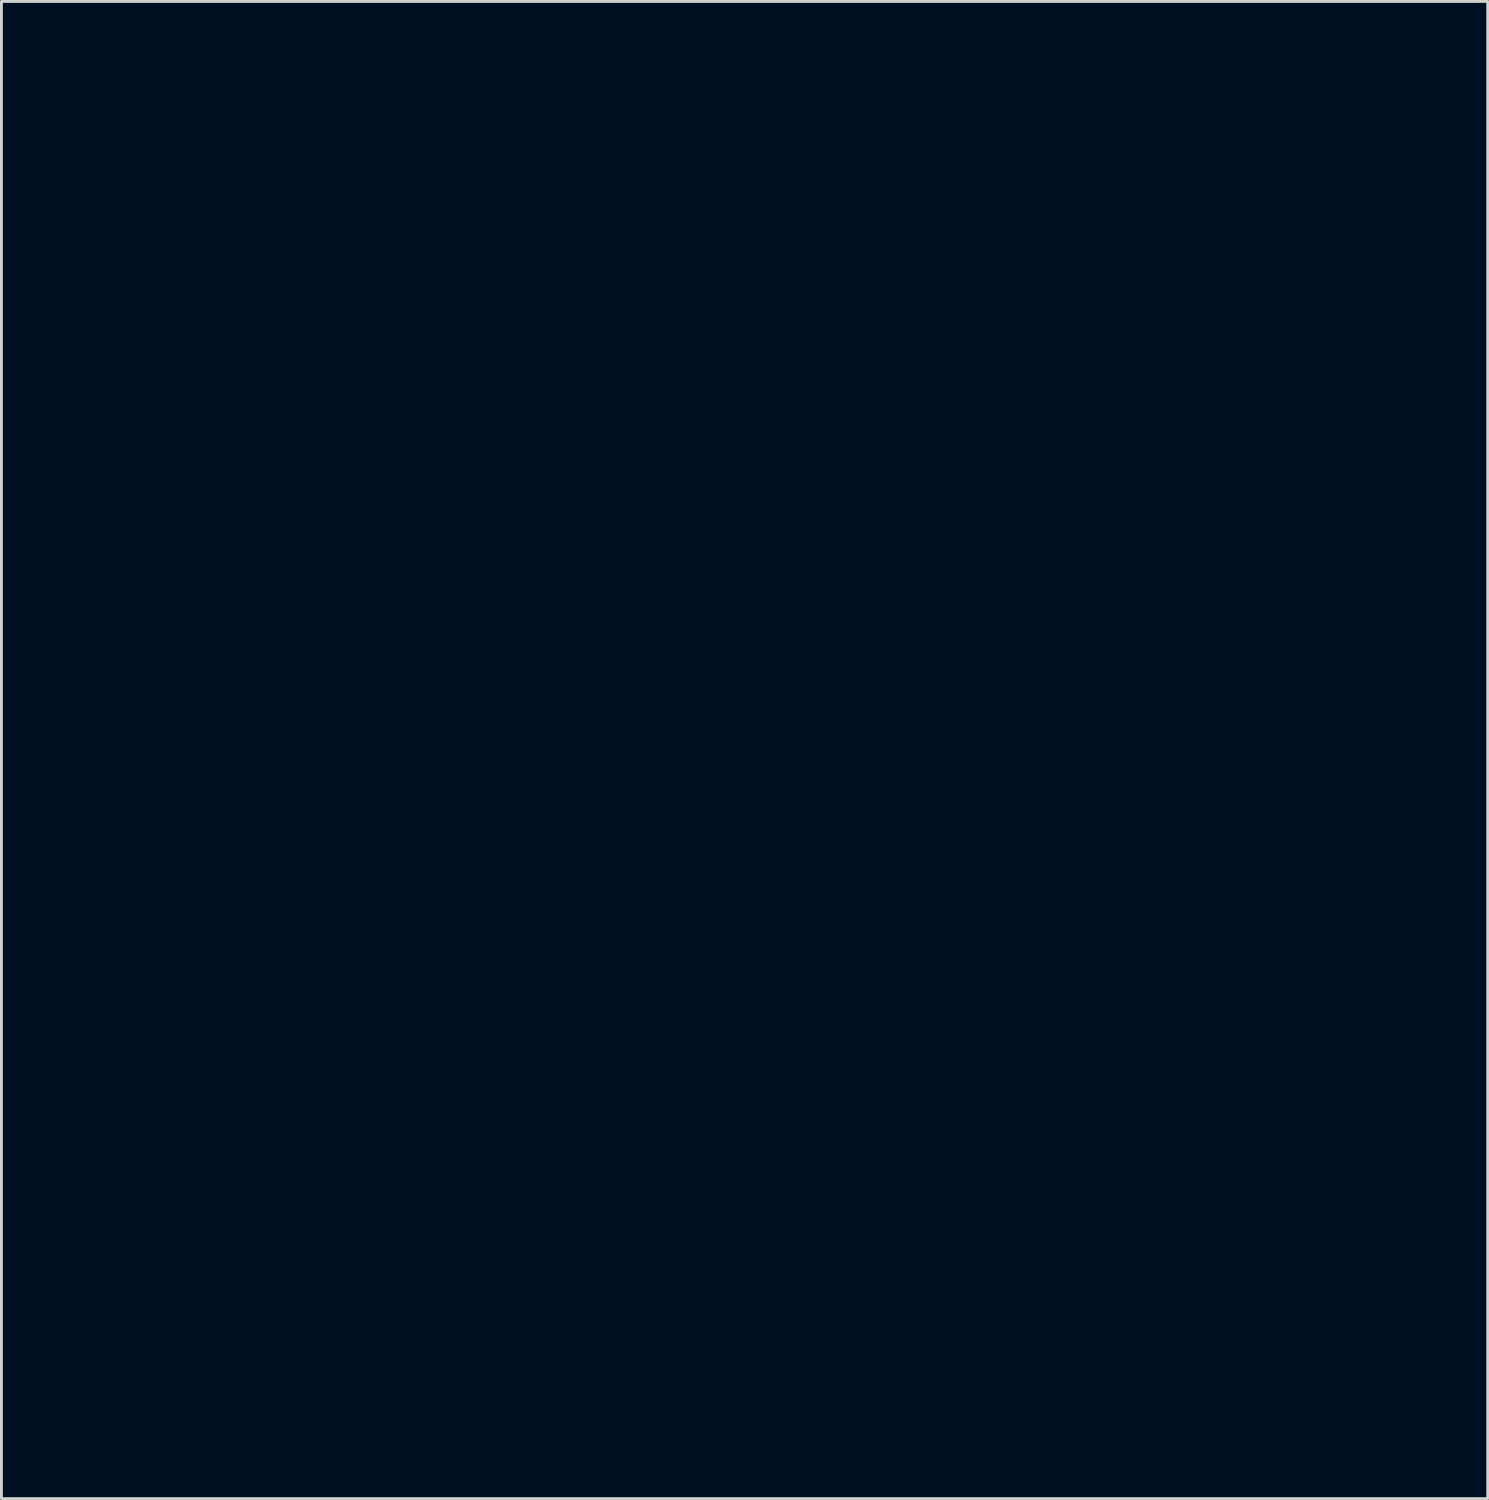
<source format=kicad_pcb>
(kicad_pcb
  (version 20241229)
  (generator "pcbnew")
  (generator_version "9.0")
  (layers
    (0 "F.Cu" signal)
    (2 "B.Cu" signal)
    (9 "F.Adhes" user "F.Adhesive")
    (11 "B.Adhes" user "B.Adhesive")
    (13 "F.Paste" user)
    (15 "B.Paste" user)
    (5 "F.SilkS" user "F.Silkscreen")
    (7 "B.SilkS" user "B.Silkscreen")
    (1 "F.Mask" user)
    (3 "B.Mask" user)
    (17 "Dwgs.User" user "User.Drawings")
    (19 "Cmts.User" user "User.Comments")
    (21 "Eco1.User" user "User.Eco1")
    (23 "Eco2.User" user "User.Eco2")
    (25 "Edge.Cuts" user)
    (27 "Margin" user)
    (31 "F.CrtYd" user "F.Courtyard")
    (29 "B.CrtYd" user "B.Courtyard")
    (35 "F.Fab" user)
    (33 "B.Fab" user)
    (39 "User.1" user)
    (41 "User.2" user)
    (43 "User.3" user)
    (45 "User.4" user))
  (footprint "B_Mask_mNoise"
    (layer "F.Cu")
    (at 23.013 23.204)
    (property "Reference" "B_Mask_mNoise" (at 0 0 0) (layer "B.Mask") (effects (font (size 1.524 1.524) (thickness 0.3))))
    (attr through_hole)
    (fp_poly (pts (xy -1.164 -13.589) (xy -1.355 -13.589) (xy -1.355 -13.78) (xy -1.164 -13.78) (xy -1.164 -13.589)) (stroke (width 0.01) (type solid)) (fill yes) (layer "B.Mask"))
    (fp_poly (pts (xy 1.376 -13.589) (xy 1.185 -13.589) (xy 1.185 -14.287) (xy 1.376 -14.287) (xy 1.376 -13.589)) (stroke (width 0.01) (type solid)) (fill yes) (layer "B.Mask"))
    (fp_poly (pts (xy 8.086 -13.589) (xy 7.895 -13.589) (xy 7.895 -13.78) (xy 8.086 -13.78) (xy 8.086 -13.589)) (stroke (width 0.01) (type solid)) (fill yes) (layer "B.Mask"))
    (fp_poly (pts (xy 21.569 -14.647) (xy 19.791 -14.647) (xy 19.791 -16.447) (xy 21.569 -16.447) (xy 21.569 -14.647)) (stroke (width 0.01) (type solid)) (fill yes) (layer "B.Mask"))
    (fp_poly (pts (xy 1.275 -14.559) (xy 1.332 -14.552) (xy 1.358 -14.537) (xy 1.365 -14.505) (xy 1.365 -14.489) (xy 1.362 -14.448) (xy 1.344 -14.429) (xy 1.299 -14.42) (xy 1.275 -14.419) (xy 1.185 -14.412) (xy 1.185 -14.565) (xy 1.275 -14.559)) (stroke (width 0.01) (type solid)) (fill yes) (layer "B.Mask"))
    (fp_poly (pts (xy 4.017 -2.393) (xy 4.017 -2.325) (xy 4.002 -2.285) (xy 3.987 -2.271) (xy 3.942 -2.246) (xy 3.918 -2.252) (xy 3.916 -2.263) (xy 3.924 -2.292) (xy 3.945 -2.345) (xy 3.963 -2.385) (xy 4.01 -2.487) (xy 4.017 -2.393)) (stroke (width 0.01) (type solid)) (fill yes) (layer "B.Mask"))
    (fp_poly (pts (xy 1.003 -3.403) (xy 1.008 -3.369) (xy 1.012 -3.313) (xy 1.013 -3.238) (xy 1.006 -3.193) (xy 0.988 -3.163) (xy 0.973 -3.149) (xy 0.92 -3.113) (xy 0.892 -3.112) (xy 0.888 -3.146) (xy 0.909 -3.214) (xy 0.913 -3.223) (xy 0.952 -3.32) (xy 0.978 -3.381) (xy 0.994 -3.408) (xy 1.003 -3.403)) (stroke (width 0.01) (type solid)) (fill yes) (layer "B.Mask"))
    (fp_poly (pts (xy -2.058 -4.256) (xy -2.056 -4.166) (xy -2.056 -4.092) (xy -2.059 -4.043) (xy -2.061 -4.031) (xy -2.086 -4.007) (xy -2.134 -3.984) (xy -2.136 -3.983) (xy -2.179 -3.97) (xy -2.197 -3.979) (xy -2.201 -4.018) (xy -2.201 -4.039) (xy -2.193 -4.095) (xy -2.172 -4.175) (xy -2.142 -4.263) (xy -2.133 -4.286) (xy -2.064 -4.456) (xy -2.058 -4.256)) (stroke (width 0.01) (type solid)) (fill yes) (layer "B.Mask"))
    (fp_poly (pts (xy 9.736 -3.882) (xy 9.776 -3.851) (xy 9.781 -3.847) (xy 9.836 -3.799) (xy 9.8 -1.704) (xy 9.723 -1.63) (xy 9.647 -1.556) (xy 9.661 -2.561) (xy 9.665 -2.852) (xy 9.669 -3.102) (xy 9.674 -3.314) (xy 9.678 -3.489) (xy 9.684 -3.63) (xy 9.689 -3.739) (xy 9.695 -3.818) (xy 9.702 -3.868) (xy 9.709 -3.892) (xy 9.713 -3.895) (xy 9.736 -3.882)) (stroke (width 0.01) (type solid)) (fill yes) (layer "B.Mask"))
    (fp_poly (pts (xy 11.774 -15.965) (xy 11.828 -15.801) (xy 11.83 -15.965) (xy 11.832 -16.129) (xy 12.107 -16.129) (xy 12.107 -15.113) (xy 11.832 -15.113) (xy 11.827 -15.483) (xy 11.737 -15.113) (xy 11.602 -15.113) (xy 11.529 -15.114) (xy 11.49 -15.119) (xy 11.475 -15.132) (xy 11.476 -15.155) (xy 11.477 -15.161) (xy 11.487 -15.2) (xy 11.507 -15.269) (xy 11.532 -15.358) (xy 11.557 -15.443) (xy 11.627 -15.677) (xy 11.551 -15.903) (xy 11.475 -16.129) (xy 11.72 -16.129) (xy 11.774 -15.965)) (stroke (width 0.01) (type solid)) (fill yes) (layer "B.Mask"))
    (fp_poly (pts (xy -12.021 -5.944) (xy -11.987 -5.921) (xy -11.919 -5.871) (xy -12.118 -5.632) (xy -12.192 -5.545) (xy -12.259 -5.468) (xy -12.313 -5.407) (xy -12.348 -5.37) (xy -12.355 -5.364) (xy -12.394 -5.345) (xy -12.442 -5.336) (xy -12.487 -5.335) (xy -12.515 -5.343) (xy -12.515 -5.36) (xy -12.496 -5.386) (xy -12.456 -5.439) (xy -12.401 -5.512) (xy -12.334 -5.6) (xy -12.296 -5.651) (xy -12.226 -5.744) (xy -12.164 -5.826) (xy -12.114 -5.891) (xy -12.083 -5.933) (xy -12.075 -5.943) (xy -12.054 -5.956) (xy -12.021 -5.944)) (stroke (width 0.01) (type solid)) (fill yes) (layer "B.Mask"))
    (fp_poly (pts (xy -2.828 -3.394) (xy -2.804 -3.378) (xy -2.787 -3.363) (xy -2.783 -3.344) (xy -2.795 -3.315) (xy -2.826 -3.268) (xy -2.879 -3.196) (xy -2.887 -3.185) (xy -3.004 -3.037) (xy -3.102 -2.927) (xy -3.182 -2.854) (xy -3.244 -2.819) (xy -3.266 -2.815) (xy -3.308 -2.822) (xy -3.323 -2.838) (xy -3.311 -2.864) (xy -3.278 -2.915) (xy -3.23 -2.985) (xy -3.172 -3.065) (xy -3.11 -3.148) (xy -3.05 -3.227) (xy -2.996 -3.293) (xy -2.957 -3.339) (xy -2.905 -3.388) (xy -2.866 -3.405) (xy -2.828 -3.394)) (stroke (width 0.01) (type solid)) (fill yes) (layer "B.Mask"))
    (fp_poly (pts (xy -5.05 -5.406) (xy -5.036 -5.394) (xy -5.026 -5.368) (xy -5.02 -5.321) (xy -5.017 -5.246) (xy -5.017 -5.136) (xy -5.016 -5.121) (xy -5.017 -5.008) (xy -5.019 -4.93) (xy -5.024 -4.88) (xy -5.033 -4.85) (xy -5.047 -4.834) (xy -5.057 -4.827) (xy -5.095 -4.809) (xy -5.11 -4.805) (xy -5.115 -4.825) (xy -5.118 -4.879) (xy -5.121 -4.961) (xy -5.122 -5.063) (xy -5.122 -5.1) (xy -5.121 -5.207) (xy -5.117 -5.299) (xy -5.112 -5.367) (xy -5.105 -5.403) (xy -5.103 -5.407) (xy -5.069 -5.411) (xy -5.05 -5.406)) (stroke (width 0.01) (type solid)) (fill yes) (layer "B.Mask"))
    (fp_poly (pts (xy 3.022 -14.289) (xy 3.085 -14.232) (xy 3.1 -14.208) (xy 3.131 -14.15) (xy 3.132 -14.219) (xy 3.135 -14.263) (xy 3.153 -14.282) (xy 3.196 -14.287) (xy 3.217 -14.287) (xy 3.302 -14.287) (xy 3.302 -13.589) (xy 3.138 -13.589) (xy 3.128 -13.823) (xy 3.12 -13.95) (xy 3.105 -14.04) (xy 3.08 -14.098) (xy 3.043 -14.131) (xy 2.991 -14.144) (xy 2.965 -14.144) (xy 2.923 -14.146) (xy 2.904 -14.163) (xy 2.9 -14.207) (xy 2.9 -14.225) (xy 2.903 -14.28) (xy 2.918 -14.304) (xy 2.944 -14.309) (xy 3.022 -14.289)) (stroke (width 0.01) (type solid)) (fill yes) (layer "B.Mask"))
    (fp_poly (pts (xy 3.327 -1.681) (xy 3.367 -1.654) (xy 3.415 -1.615) (xy 3.237 -1.395) (xy 3.148 -1.285) (xy 3.081 -1.205) (xy 3.03 -1.148) (xy 2.992 -1.112) (xy 2.96 -1.091) (xy 2.93 -1.082) (xy 2.899 -1.08) (xy 2.89 -1.079) (xy 2.841 -1.083) (xy 2.816 -1.09) (xy 2.815 -1.092) (xy 2.828 -1.115) (xy 2.862 -1.165) (xy 2.912 -1.233) (xy 2.974 -1.314) (xy 3.042 -1.401) (xy 3.111 -1.487) (xy 3.176 -1.566) (xy 3.231 -1.631) (xy 3.271 -1.675) (xy 3.291 -1.693) (xy 3.292 -1.693) (xy 3.327 -1.681)) (stroke (width 0.01) (type solid)) (fill yes) (layer "B.Mask"))
    (fp_poly (pts (xy 10.104 -1.483) (xy 10.114 -1.428) (xy 10.122 -1.347) (xy 10.129 -1.246) (xy 10.133 -1.134) (xy 10.135 -1.017) (xy 10.135 -0.905) (xy 10.131 -0.804) (xy 10.13 -0.795) (xy 10.12 -0.68) (xy 10.104 -0.602) (xy 10.082 -0.555) (xy 10.051 -0.533) (xy 10.026 -0.529) (xy 10.019 -0.55) (xy 10.015 -0.61) (xy 10.014 -0.708) (xy 10.015 -0.841) (xy 10.019 -0.96) (xy 10.025 -1.136) (xy 10.033 -1.273) (xy 10.043 -1.374) (xy 10.055 -1.444) (xy 10.07 -1.485) (xy 10.088 -1.502) (xy 10.094 -1.503) (xy 10.104 -1.483)) (stroke (width 0.01) (type solid)) (fill yes) (layer "B.Mask"))
    (fp_poly (pts (xy -5.944 -4.242) (xy -5.919 -4.226) (xy -5.881 -4.197) (xy -5.876 -4.169) (xy -5.887 -4.143) (xy -5.911 -4.107) (xy -5.955 -4.047) (xy -6.012 -3.973) (xy -6.075 -3.893) (xy -6.138 -3.816) (xy -6.193 -3.749) (xy -6.235 -3.702) (xy -6.251 -3.687) (xy -6.293 -3.663) (xy -6.343 -3.649) (xy -6.388 -3.646) (xy -6.412 -3.657) (xy -6.413 -3.662) (xy -6.401 -3.688) (xy -6.369 -3.74) (xy -6.321 -3.811) (xy -6.262 -3.894) (xy -6.198 -3.982) (xy -6.134 -4.067) (xy -6.076 -4.143) (xy -6.037 -4.19) (xy -5.998 -4.234) (xy -5.972 -4.25) (xy -5.944 -4.242)) (stroke (width 0.01) (type solid)) (fill yes) (layer "B.Mask"))
    (fp_poly (pts (xy 0.236 -2.545) (xy 0.282 -2.524) (xy 0.294 -2.517) (xy 0.363 -2.475) (xy 0.275 -2.365) (xy 0.17 -2.233) (xy 0.089 -2.131) (xy 0.027 -2.055) (xy -0.02 -2) (xy -0.055 -1.964) (xy -0.081 -1.942) (xy -0.103 -1.931) (xy -0.124 -1.927) (xy -0.148 -1.927) (xy -0.165 -1.927) (xy -0.223 -1.93) (xy -0.244 -1.941) (xy -0.241 -1.953) (xy -0.221 -1.983) (xy -0.181 -2.038) (xy -0.128 -2.111) (xy -0.065 -2.195) (xy 0.001 -2.283) (xy 0.066 -2.369) (xy 0.124 -2.444) (xy 0.171 -2.504) (xy 0.2 -2.54) (xy 0.208 -2.548) (xy 0.236 -2.545)) (stroke (width 0.01) (type solid)) (fill yes) (layer "B.Mask"))
    (fp_poly (pts (xy 9.424 -1.35) (xy 9.511 -1.33) (xy 9.572 -1.32) (xy 9.619 -1.32) (xy 9.668 -1.33) (xy 9.712 -1.344) (xy 9.774 -1.362) (xy 9.817 -1.372) (xy 9.83 -1.372) (xy 9.831 -1.348) (xy 9.83 -1.291) (xy 9.827 -1.207) (xy 9.822 -1.105) (xy 9.816 -0.992) (xy 9.81 -0.875) (xy 9.803 -0.763) (xy 9.796 -0.663) (xy 9.79 -0.582) (xy 9.784 -0.528) (xy 9.781 -0.51) (xy 9.757 -0.516) (xy 9.7 -0.53) (xy 9.619 -0.551) (xy 9.522 -0.577) (xy 9.514 -0.579) (xy 9.26 -0.646) (xy 9.255 -1.018) (xy 9.249 -1.391) (xy 9.424 -1.35)) (stroke (width 0.01) (type solid)) (fill yes) (layer "B.Mask"))
    (fp_poly (pts (xy 6.531 -0.797) (xy 6.569 -0.777) (xy 6.611 -0.75) (xy 6.641 -0.726) (xy 6.646 -0.717) (xy 6.634 -0.694) (xy 6.6 -0.646) (xy 6.55 -0.578) (xy 6.489 -0.499) (xy 6.423 -0.415) (xy 6.357 -0.334) (xy 6.312 -0.28) (xy 6.259 -0.22) (xy 6.218 -0.187) (xy 6.18 -0.172) (xy 6.135 -0.169) (xy 6.081 -0.173) (xy 6.064 -0.186) (xy 6.067 -0.196) (xy 6.083 -0.218) (xy 6.119 -0.268) (xy 6.169 -0.338) (xy 6.23 -0.421) (xy 6.295 -0.51) (xy 6.359 -0.598) (xy 6.418 -0.678) (xy 6.467 -0.744) (xy 6.499 -0.787) (xy 6.51 -0.801) (xy 6.531 -0.797)) (stroke (width 0.01) (type solid)) (fill yes) (layer "B.Mask"))
    (fp_poly (pts (xy 11.132 -4.602) (xy 11.184 -4.578) (xy 11.215 -4.557) (xy 11.218 -4.551) (xy 11.2 -4.539) (xy 11.148 -4.514) (xy 11.068 -4.477) (xy 10.966 -4.431) (xy 10.847 -4.379) (xy 10.717 -4.322) (xy 10.582 -4.264) (xy 10.447 -4.207) (xy 10.319 -4.153) (xy 10.202 -4.104) (xy 10.102 -4.063) (xy 10.025 -4.033) (xy 9.976 -4.016) (xy 9.966 -4.013) (xy 9.898 -4.018) (xy 9.863 -4.039) (xy 9.816 -4.077) (xy 9.974 -4.153) (xy 10.04 -4.184) (xy 10.136 -4.228) (xy 10.255 -4.283) (xy 10.389 -4.343) (xy 10.529 -4.406) (xy 10.588 -4.433) (xy 11.045 -4.637) (xy 11.132 -4.602)) (stroke (width 0.01) (type solid)) (fill yes) (layer "B.Mask"))
    (fp_poly (pts (xy 11.273 -5.526) (xy 11.277 -5.474) (xy 11.278 -5.397) (xy 11.277 -5.35) (xy 11.271 -5.155) (xy 11.113 -5.087) (xy 11.02 -5.048) (xy 10.927 -5.01) (xy 10.851 -4.979) (xy 10.848 -4.978) (xy 10.742 -4.936) (xy 10.483 -5.002) (xy 10.385 -5.027) (xy 10.304 -5.05) (xy 10.248 -5.068) (xy 10.224 -5.078) (xy 10.224 -5.079) (xy 10.242 -5.09) (xy 10.293 -5.115) (xy 10.371 -5.152) (xy 10.469 -5.197) (xy 10.582 -5.248) (xy 10.702 -5.302) (xy 10.825 -5.357) (xy 10.944 -5.41) (xy 11.053 -5.458) (xy 11.146 -5.498) (xy 11.216 -5.527) (xy 11.258 -5.543) (xy 11.267 -5.546) (xy 11.273 -5.526)) (stroke (width 0.01) (type solid)) (fill yes) (layer "B.Mask"))
    (fp_poly (pts (xy 5.175 -14.552) (xy 5.181 -14.071) (xy 5.187 -13.589) (xy 4.999 -13.589) (xy 4.992 -13.83) (xy 4.985 -13.958) (xy 4.972 -14.05) (xy 4.95 -14.11) (xy 4.917 -14.145) (xy 4.871 -14.159) (xy 4.845 -14.161) (xy 4.797 -14.153) (xy 4.762 -14.128) (xy 4.739 -14.08) (xy 4.726 -14.002) (xy 4.721 -13.891) (xy 4.72 -13.828) (xy 4.72 -13.589) (xy 4.53 -13.589) (xy 4.53 -13.827) (xy 4.532 -13.932) (xy 4.537 -14.03) (xy 4.545 -14.108) (xy 4.552 -14.146) (xy 4.594 -14.226) (xy 4.659 -14.279) (xy 4.741 -14.302) (xy 4.827 -14.294) (xy 4.911 -14.253) (xy 4.934 -14.232) (xy 4.995 -14.174) (xy 4.995 -14.565) (xy 5.175 -14.552)) (stroke (width 0.01) (type solid)) (fill yes) (layer "B.Mask"))
    (fp_poly (pts (xy -22.029 -23.197) (xy -21.802 -23.196) (xy -21.613 -23.196) (xy -21.462 -23.195) (xy -21.344 -23.193) (xy -21.257 -23.192) (xy -21.198 -23.189) (xy -21.163 -23.186) (xy -21.151 -23.183) (xy -21.159 -23.178) (xy -21.182 -23.172) (xy -21.219 -23.165) (xy -21.22 -23.165) (xy -21.506 -23.094) (xy -21.777 -22.986) (xy -22.029 -22.843) (xy -22.258 -22.67) (xy -22.463 -22.469) (xy -22.639 -22.243) (xy -22.784 -21.994) (xy -22.895 -21.727) (xy -22.969 -21.443) (xy -22.976 -21.403) (xy -22.983 -21.369) (xy -22.988 -21.35) (xy -22.993 -21.348) (xy -22.996 -21.368) (xy -22.999 -21.412) (xy -23.001 -21.482) (xy -23.003 -21.582) (xy -23.004 -21.714) (xy -23.005 -21.881) (xy -23.006 -22.086) (xy -23.006 -22.22) (xy -23.008 -23.199) (xy -22.029 -23.197)) (stroke (width 0.01) (type solid)) (fill yes) (layer "B.Mask"))
    (fp_poly (pts (xy -2.74 -6.243) (xy -2.556 -6.189) (xy -2.385 -6.14) (xy -2.231 -6.095) (xy -2.099 -6.057) (xy -1.991 -6.026) (xy -1.914 -6.004) (xy -1.871 -5.991) (xy -1.863 -5.989) (xy -1.871 -5.98) (xy -1.905 -5.958) (xy -1.905 -5.958) (xy -1.981 -5.932) (xy -2.064 -5.939) (xy -2.095 -5.948) (xy -2.127 -5.958) (xy -2.195 -5.977) (xy -2.294 -6.005) (xy -2.42 -6.04) (xy -2.567 -6.081) (xy -2.73 -6.126) (xy -2.906 -6.175) (xy -2.932 -6.182) (xy -3.107 -6.23) (xy -3.269 -6.275) (xy -3.415 -6.316) (xy -3.538 -6.351) (xy -3.635 -6.379) (xy -3.702 -6.398) (xy -3.732 -6.408) (xy -3.734 -6.409) (xy -3.729 -6.424) (xy -3.696 -6.449) (xy -3.679 -6.458) (xy -3.606 -6.495) (xy -2.74 -6.243)) (stroke (width 0.01) (type solid)) (fill yes) (layer "B.Mask"))
    (fp_poly (pts (xy -2.223 -13.589) (xy -2.413 -13.589) (xy -2.413 -13.813) (xy -2.416 -13.945) (xy -2.427 -14.04) (xy -2.449 -14.104) (xy -2.483 -14.141) (xy -2.532 -14.158) (xy -2.564 -14.16) (xy -2.607 -14.155) (xy -2.639 -14.135) (xy -2.66 -14.094) (xy -2.674 -14.026) (xy -2.682 -13.926) (xy -2.685 -13.84) (xy -2.693 -13.589) (xy -2.857 -13.589) (xy -2.857 -13.863) (xy -2.856 -14) (xy -2.849 -14.101) (xy -2.835 -14.173) (xy -2.814 -14.223) (xy -2.781 -14.258) (xy -2.749 -14.279) (xy -2.664 -14.303) (xy -2.575 -14.298) (xy -2.495 -14.267) (xy -2.438 -14.212) (xy -2.436 -14.208) (xy -2.425 -14.202) (xy -2.418 -14.228) (xy -2.415 -14.291) (xy -2.414 -14.367) (xy -2.413 -14.563) (xy -2.223 -14.563) (xy -2.223 -13.589)) (stroke (width 0.01) (type solid)) (fill yes) (layer "B.Mask"))
    (fp_poly (pts (xy -22.987 21.347) (xy -22.982 21.371) (xy -22.975 21.407) (xy -22.974 21.41) (xy -22.902 21.701) (xy -22.792 21.974) (xy -22.649 22.227) (xy -22.474 22.456) (xy -22.271 22.66) (xy -22.042 22.836) (xy -21.791 22.98) (xy -21.519 23.09) (xy -21.23 23.163) (xy -21.22 23.165) (xy -21.182 23.172) (xy -21.159 23.178) (xy -21.151 23.183) (xy -21.163 23.186) (xy -21.197 23.189) (xy -21.256 23.192) (xy -21.343 23.193) (xy -21.46 23.195) (xy -21.612 23.196) (xy -21.799 23.196) (xy -22.027 23.197) (xy -22.029 23.197) (xy -23.008 23.199) (xy -23.006 22.22) (xy -23.006 21.992) (xy -23.005 21.804) (xy -23.004 21.652) (xy -23.003 21.534) (xy -23.001 21.447) (xy -22.999 21.387) (xy -22.996 21.353) (xy -22.992 21.341) (xy -22.987 21.347)) (stroke (width 0.01) (type solid)) (fill yes) (layer "B.Mask"))
    (fp_poly (pts (xy 1.777 -14.296) (xy 1.859 -14.247) (xy 1.888 -14.217) (xy 1.923 -14.172) (xy 1.937 -14.23) (xy 1.953 -14.268) (xy 1.982 -14.284) (xy 2.034 -14.287) (xy 2.117 -14.287) (xy 2.117 -13.589) (xy 1.926 -13.589) (xy 1.926 -13.819) (xy 1.925 -13.924) (xy 1.921 -13.996) (xy 1.913 -14.045) (xy 1.899 -14.079) (xy 1.881 -14.106) (xy 1.836 -14.147) (xy 1.783 -14.157) (xy 1.771 -14.156) (xy 1.724 -14.145) (xy 1.691 -14.116) (xy 1.669 -14.065) (xy 1.657 -13.985) (xy 1.652 -13.872) (xy 1.651 -13.817) (xy 1.651 -13.589) (xy 1.456 -13.589) (xy 1.464 -13.869) (xy 1.47 -14.002) (xy 1.479 -14.1) (xy 1.493 -14.169) (xy 1.515 -14.217) (xy 1.546 -14.251) (xy 1.587 -14.277) (xy 1.684 -14.306) (xy 1.777 -14.296)) (stroke (width 0.01) (type solid)) (fill yes) (layer "B.Mask"))
    (fp_poly (pts (xy 22.996 21.354) (xy 22.999 21.388) (xy 23.001 21.447) (xy 23.003 21.533) (xy 23.004 21.651) (xy 23.005 21.802) (xy 23.006 21.99) (xy 23.006 22.217) (xy 23.006 22.22) (xy 23.008 23.199) (xy 22.029 23.197) (xy 21.802 23.196) (xy 21.613 23.196) (xy 21.462 23.195) (xy 21.344 23.194) (xy 21.256 23.192) (xy 21.197 23.19) (xy 21.162 23.187) (xy 21.15 23.183) (xy 21.157 23.178) (xy 21.18 23.172) (xy 21.216 23.165) (xy 21.22 23.165) (xy 21.51 23.092) (xy 21.783 22.983) (xy 22.036 22.839) (xy 22.266 22.665) (xy 22.47 22.462) (xy 22.645 22.233) (xy 22.79 21.981) (xy 22.9 21.709) (xy 22.973 21.42) (xy 22.975 21.41) (xy 22.982 21.373) (xy 22.987 21.349) (xy 22.992 21.342) (xy 22.996 21.354)) (stroke (width 0.01) (type solid)) (fill yes) (layer "B.Mask"))
    (fp_poly (pts (xy 23.008 -22.225) (xy 23.008 -22.027) (xy 23.008 -21.842) (xy 23.007 -21.675) (xy 23.006 -21.529) (xy 23.005 -21.41) (xy 23.004 -21.322) (xy 23.003 -21.267) (xy 23.002 -21.251) (xy 22.997 -21.271) (xy 22.986 -21.322) (xy 22.974 -21.396) (xy 22.969 -21.422) (xy 22.905 -21.698) (xy 22.803 -21.959) (xy 22.666 -22.205) (xy 22.498 -22.43) (xy 22.301 -22.632) (xy 22.078 -22.809) (xy 21.833 -22.956) (xy 21.569 -23.071) (xy 21.289 -23.151) (xy 21.22 -23.165) (xy 21.182 -23.172) (xy 21.158 -23.178) (xy 21.15 -23.182) (xy 21.161 -23.186) (xy 21.194 -23.189) (xy 21.251 -23.192) (xy 21.336 -23.193) (xy 21.452 -23.195) (xy 21.601 -23.196) (xy 21.787 -23.196) (xy 22.011 -23.197) (xy 22.029 -23.197) (xy 23.008 -23.199) (xy 23.008 -22.225)) (stroke (width 0.01) (type solid)) (fill yes) (layer "B.Mask"))
    (fp_poly (pts (xy -10.894 -5.688) (xy -10.825 -5.671) (xy -10.725 -5.644) (xy -10.597 -5.609) (xy -10.448 -5.567) (xy -10.28 -5.518) (xy -10.098 -5.465) (xy -9.907 -5.409) (xy -9.712 -5.35) (xy -9.689 -5.343) (xy -9.578 -5.308) (xy -9.482 -5.275) (xy -9.409 -5.247) (xy -9.365 -5.227) (xy -9.356 -5.218) (xy -9.368 -5.186) (xy -9.402 -5.129) (xy -9.452 -5.053) (xy -9.513 -4.965) (xy -9.581 -4.873) (xy -9.649 -4.783) (xy -9.713 -4.702) (xy -9.767 -4.638) (xy -9.803 -4.601) (xy -9.853 -4.556) (xy -10.161 -4.66) (xy -10.469 -4.763) (xy -10.662 -5.117) (xy -10.749 -5.279) (xy -10.819 -5.407) (xy -10.871 -5.506) (xy -10.908 -5.579) (xy -10.932 -5.63) (xy -10.944 -5.664) (xy -10.946 -5.683) (xy -10.94 -5.692) (xy -10.928 -5.694) (xy -10.926 -5.694) (xy -10.894 -5.688)) (stroke (width 0.01) (type solid)) (fill yes) (layer "B.Mask"))
    (fp_poly (pts (xy -0.148 -1.631) (xy -0.149 -1.596) (xy -0.152 -1.523) (xy -0.156 -1.415) (xy -0.162 -1.277) (xy -0.169 -1.113) (xy -0.176 -0.927) (xy -0.185 -0.722) (xy -0.195 -0.502) (xy -0.205 -0.272) (xy -0.215 -0.036) (xy -0.225 0.204) (xy -0.236 0.441) (xy -0.246 0.673) (xy -0.256 0.896) (xy -0.266 1.105) (xy -0.274 1.297) (xy -0.282 1.468) (xy -0.289 1.613) (xy -0.295 1.729) (xy -0.299 1.812) (xy -0.301 1.858) (xy -0.302 1.86) (xy -0.315 1.917) (xy -0.35 1.948) (xy -0.358 1.951) (xy -0.408 1.969) (xy -0.395 0.958) (xy -0.391 0.714) (xy -0.387 0.448) (xy -0.383 0.171) (xy -0.379 -0.107) (xy -0.375 -0.376) (xy -0.371 -0.625) (xy -0.368 -0.845) (xy -0.367 -0.894) (xy -0.354 -1.736) (xy -0.148 -1.736) (xy -0.148 -1.631)) (stroke (width 0.01) (type solid)) (fill yes) (layer "B.Mask"))
    (fp_poly (pts (xy -9.774 -8.16) (xy -9.673 -8.143) (xy -9.607 -8.128) (xy -9.45 -8.087) (xy -9.284 -8.042) (xy -9.113 -7.993) (xy -8.942 -7.944) (xy -8.777 -7.894) (xy -8.621 -7.846) (xy -8.48 -7.801) (xy -8.359 -7.76) (xy -8.261 -7.725) (xy -8.193 -7.698) (xy -8.159 -7.68) (xy -8.156 -7.675) (xy -8.165 -7.661) (xy -8.185 -7.654) (xy -8.22 -7.654) (xy -8.272 -7.66) (xy -8.346 -7.675) (xy -8.446 -7.699) (xy -8.574 -7.733) (xy -8.734 -7.777) (xy -8.93 -7.832) (xy -8.996 -7.851) (xy -9.215 -7.913) (xy -9.397 -7.965) (xy -9.545 -8.007) (xy -9.663 -8.041) (xy -9.753 -8.068) (xy -9.821 -8.089) (xy -9.869 -8.104) (xy -9.9 -8.115) (xy -9.918 -8.123) (xy -9.926 -8.129) (xy -9.929 -8.134) (xy -9.929 -8.14) (xy -9.909 -8.158) (xy -9.855 -8.165) (xy -9.774 -8.16)) (stroke (width 0.01) (type solid)) (fill yes) (layer "B.Mask"))
    (fp_poly (pts (xy -6.671 -7.293) (xy -6.668 -7.293) (xy -6.619 -7.284) (xy -6.54 -7.265) (xy -6.434 -7.237) (xy -6.307 -7.203) (xy -6.164 -7.163) (xy -6.011 -7.12) (xy -5.852 -7.074) (xy -5.693 -7.028) (xy -5.539 -6.982) (xy -5.394 -6.938) (xy -5.265 -6.898) (xy -5.156 -6.863) (xy -5.072 -6.836) (xy -5.019 -6.816) (xy -5.002 -6.806) (xy -5.02 -6.787) (xy -5.061 -6.781) (xy -5.129 -6.788) (xy -5.229 -6.807) (xy -5.363 -6.84) (xy -5.387 -6.846) (xy -5.491 -6.874) (xy -5.616 -6.908) (xy -5.756 -6.946) (xy -5.907 -6.988) (xy -6.061 -7.032) (xy -6.215 -7.075) (xy -6.363 -7.118) (xy -6.498 -7.157) (xy -6.617 -7.191) (xy -6.712 -7.219) (xy -6.779 -7.24) (xy -6.812 -7.251) (xy -6.815 -7.253) (xy -6.815 -7.271) (xy -6.784 -7.286) (xy -6.732 -7.294) (xy -6.671 -7.293)) (stroke (width 0.01) (type solid)) (fill yes) (layer "B.Mask"))
    (fp_poly (pts (xy 7.726 -2.778) (xy 7.634 -2.755) (xy 7.572 -2.735) (xy 7.528 -2.712) (xy 7.519 -2.704) (xy 7.504 -2.676) (xy 7.474 -2.612) (xy 7.432 -2.515) (xy 7.378 -2.389) (xy 7.314 -2.237) (xy 7.241 -2.062) (xy 7.161 -1.868) (xy 7.075 -1.658) (xy 6.984 -1.435) (xy 6.941 -1.328) (xy 6.89 -1.202) (xy 6.843 -1.089) (xy 6.804 -0.997) (xy 6.774 -0.93) (xy 6.756 -0.894) (xy 6.753 -0.889) (xy 6.73 -0.901) (xy 6.69 -0.929) (xy 6.69 -0.93) (xy 6.658 -0.959) (xy 6.649 -0.989) (xy 6.659 -1.037) (xy 6.664 -1.051) (xy 6.677 -1.086) (xy 6.704 -1.156) (xy 6.745 -1.258) (xy 6.797 -1.385) (xy 6.858 -1.536) (xy 6.928 -1.705) (xy 7.004 -1.888) (xy 7.085 -2.082) (xy 7.099 -2.117) (xy 7.509 -3.101) (xy 7.726 -3.22) (xy 7.726 -2.778)) (stroke (width 0.01) (type solid)) (fill yes) (layer "B.Mask"))
    (fp_poly (pts (xy -13.882 -6.514) (xy -13.826 -6.501) (xy -13.74 -6.479) (xy -13.629 -6.449) (xy -13.499 -6.413) (xy -13.354 -6.373) (xy -13.2 -6.33) (xy -13.042 -6.285) (xy -12.886 -6.24) (xy -12.736 -6.197) (xy -12.599 -6.156) (xy -12.478 -6.12) (xy -12.38 -6.09) (xy -12.309 -6.068) (xy -12.272 -6.054) (xy -12.267 -6.051) (xy -12.277 -6.033) (xy -12.307 -5.987) (xy -12.354 -5.92) (xy -12.412 -5.838) (xy -12.477 -5.747) (xy -12.545 -5.654) (xy -12.61 -5.565) (xy -12.669 -5.486) (xy -12.717 -5.424) (xy -12.749 -5.384) (xy -12.757 -5.376) (xy -12.782 -5.377) (xy -12.839 -5.391) (xy -12.922 -5.415) (xy -13.023 -5.448) (xy -13.089 -5.47) (xy -13.404 -5.581) (xy -13.657 -6.04) (xy -13.726 -6.167) (xy -13.788 -6.281) (xy -13.839 -6.379) (xy -13.877 -6.454) (xy -13.899 -6.502) (xy -13.903 -6.516) (xy -13.882 -6.514)) (stroke (width 0.01) (type solid)) (fill yes) (layer "B.Mask"))
    (fp_poly (pts (xy -12.75 -8.988) (xy -12.667 -8.976) (xy -12.661 -8.975) (xy -12.602 -8.961) (xy -12.514 -8.937) (xy -12.4 -8.906) (xy -12.268 -8.869) (xy -12.121 -8.828) (xy -11.966 -8.783) (xy -11.808 -8.738) (xy -11.652 -8.693) (xy -11.504 -8.649) (xy -11.37 -8.61) (xy -11.254 -8.575) (xy -11.162 -8.546) (xy -11.099 -8.526) (xy -11.071 -8.516) (xy -11.071 -8.515) (xy -11.074 -8.499) (xy -11.104 -8.482) (xy -11.145 -8.47) (xy -11.165 -8.468) (xy -11.206 -8.475) (xy -11.274 -8.49) (xy -11.353 -8.51) (xy -11.356 -8.511) (xy -11.412 -8.527) (xy -11.503 -8.552) (xy -11.623 -8.586) (xy -11.765 -8.626) (xy -11.923 -8.67) (xy -12.092 -8.717) (xy -12.197 -8.746) (xy -12.361 -8.792) (xy -12.511 -8.835) (xy -12.642 -8.874) (xy -12.75 -8.907) (xy -12.831 -8.933) (xy -12.879 -8.95) (xy -12.89 -8.957) (xy -12.872 -8.978) (xy -12.821 -8.988) (xy -12.75 -8.988)) (stroke (width 0.01) (type solid)) (fill yes) (layer "B.Mask"))
    (fp_poly (pts (xy -12.441 -4.858) (xy -12.443 -4.758) (xy -12.448 -4.621) (xy -12.454 -4.452) (xy -12.462 -4.257) (xy -12.471 -4.039) (xy -12.481 -3.805) (xy -12.491 -3.56) (xy -12.502 -3.308) (xy -12.514 -3.055) (xy -12.526 -2.806) (xy -12.537 -2.567) (xy -12.548 -2.341) (xy -12.558 -2.135) (xy -12.568 -1.954) (xy -12.577 -1.802) (xy -12.584 -1.685) (xy -12.586 -1.656) (xy -12.593 -1.563) (xy -12.601 -1.505) (xy -12.612 -1.474) (xy -12.627 -1.462) (xy -12.638 -1.46) (xy -12.65 -1.463) (xy -12.659 -1.472) (xy -12.665 -1.495) (xy -12.669 -1.535) (xy -12.671 -1.597) (xy -12.67 -1.688) (xy -12.668 -1.811) (xy -12.665 -1.953) (xy -12.662 -2.064) (xy -12.66 -2.213) (xy -12.657 -2.393) (xy -12.654 -2.598) (xy -12.651 -2.824) (xy -12.648 -3.065) (xy -12.645 -3.315) (xy -12.642 -3.568) (xy -12.64 -3.789) (xy -12.626 -5.133) (xy -12.435 -5.133) (xy -12.441 -4.858)) (stroke (width 0.01) (type solid)) (fill yes) (layer "B.Mask"))
    (fp_poly (pts (xy -0.482 -5.604) (xy -0.419 -5.587) (xy -0.327 -5.562) (xy -0.21 -5.53) (xy -0.074 -5.491) (xy 0.076 -5.448) (xy 0.234 -5.402) (xy 0.397 -5.355) (xy 0.558 -5.307) (xy 0.713 -5.261) (xy 0.857 -5.218) (xy 0.984 -5.18) (xy 1.09 -5.147) (xy 1.169 -5.122) (xy 1.216 -5.105) (xy 1.228 -5.1) (xy 1.211 -5.083) (xy 1.172 -5.062) (xy 1.13 -5.044) (xy 1.105 -5.04) (xy 1.081 -5.046) (xy 1.023 -5.062) (xy 0.938 -5.086) (xy 0.835 -5.115) (xy 0.762 -5.136) (xy 0.646 -5.169) (xy 0.5 -5.211) (xy 0.334 -5.257) (xy 0.159 -5.307) (xy -0.014 -5.355) (xy -0.104 -5.381) (xy -0.266 -5.426) (xy -0.391 -5.462) (xy -0.483 -5.489) (xy -0.547 -5.51) (xy -0.588 -5.526) (xy -0.608 -5.538) (xy -0.612 -5.549) (xy -0.605 -5.56) (xy -0.594 -5.57) (xy -0.547 -5.599) (xy -0.511 -5.609) (xy -0.482 -5.604)) (stroke (width 0.01) (type solid)) (fill yes) (layer "B.Mask"))
    (fp_poly (pts (xy 6.128 0.032) (xy 6.125 0.445) (xy 6.123 0.535) (xy 6.12 0.664) (xy 6.114 0.824) (xy 6.108 1.011) (xy 6.1 1.22) (xy 6.091 1.446) (xy 6.081 1.683) (xy 6.071 1.926) (xy 6.06 2.172) (xy 6.049 2.413) (xy 6.039 2.645) (xy 6.028 2.864) (xy 6.018 3.063) (xy 6.009 3.238) (xy 6 3.384) (xy 5.994 3.482) (xy 5.986 3.579) (xy 5.978 3.642) (xy 5.968 3.679) (xy 5.954 3.696) (xy 5.939 3.701) (xy 5.927 3.702) (xy 5.918 3.696) (xy 5.911 3.679) (xy 5.907 3.645) (xy 5.905 3.591) (xy 5.905 3.511) (xy 5.907 3.401) (xy 5.91 3.256) (xy 5.913 3.161) (xy 5.915 3.037) (xy 5.918 2.876) (xy 5.922 2.685) (xy 5.925 2.469) (xy 5.929 2.235) (xy 5.932 1.988) (xy 5.935 1.735) (xy 5.939 1.482) (xy 5.94 1.317) (xy 5.954 0.019) (xy 6.128 0.032)) (stroke (width 0.01) (type solid)) (fill yes) (layer "B.Mask"))
    (fp_poly (pts (xy -4.683 -3.971) (xy -4.62 -3.957) (xy -4.527 -3.934) (xy -4.411 -3.903) (xy -4.276 -3.867) (xy -4.127 -3.826) (xy -3.972 -3.783) (xy -3.814 -3.739) (xy -3.66 -3.695) (xy -3.515 -3.653) (xy -3.384 -3.614) (xy -3.274 -3.581) (xy -3.189 -3.554) (xy -3.135 -3.535) (xy -3.117 -3.527) (xy -3.123 -3.504) (xy -3.15 -3.455) (xy -3.194 -3.385) (xy -3.25 -3.302) (xy -3.315 -3.212) (xy -3.383 -3.12) (xy -3.449 -3.035) (xy -3.51 -2.962) (xy -3.56 -2.907) (xy -3.57 -2.896) (xy -3.63 -2.84) (xy -3.925 -2.944) (xy -4.031 -2.982) (xy -4.124 -3.018) (xy -4.196 -3.048) (xy -4.239 -3.069) (xy -4.246 -3.074) (xy -4.263 -3.1) (xy -4.297 -3.157) (xy -4.344 -3.241) (xy -4.402 -3.345) (xy -4.467 -3.464) (xy -4.506 -3.535) (xy -4.59 -3.693) (xy -4.652 -3.816) (xy -4.693 -3.903) (xy -4.712 -3.956) (xy -4.711 -3.975) (xy -4.683 -3.971)) (stroke (width 0.01) (type solid)) (fill yes) (layer "B.Mask"))
    (fp_poly (pts (xy 5.816 -3.847) (xy 5.877 -3.83) (xy 5.968 -3.805) (xy 6.084 -3.772) (xy 6.22 -3.734) (xy 6.37 -3.691) (xy 6.53 -3.645) (xy 6.693 -3.597) (xy 6.856 -3.55) (xy 7.012 -3.504) (xy 7.156 -3.462) (xy 7.283 -3.424) (xy 7.389 -3.392) (xy 7.467 -3.368) (xy 7.513 -3.353) (xy 7.522 -3.349) (xy 7.52 -3.334) (xy 7.492 -3.312) (xy 7.454 -3.292) (xy 7.42 -3.283) (xy 7.419 -3.283) (xy 7.395 -3.289) (xy 7.334 -3.305) (xy 7.241 -3.331) (xy 7.121 -3.364) (xy 6.977 -3.404) (xy 6.814 -3.45) (xy 6.636 -3.501) (xy 6.533 -3.53) (xy 6.323 -3.59) (xy 6.15 -3.64) (xy 6.012 -3.68) (xy 5.903 -3.712) (xy 5.822 -3.738) (xy 5.765 -3.757) (xy 5.728 -3.773) (xy 5.708 -3.785) (xy 5.701 -3.795) (xy 5.704 -3.804) (xy 5.714 -3.813) (xy 5.715 -3.814) (xy 5.759 -3.842) (xy 5.791 -3.852) (xy 5.816 -3.847)) (stroke (width 0.01) (type solid)) (fill yes) (layer "B.Mask"))
    (fp_poly (pts (xy 11.546 -5.562) (xy 11.608 -5.547) (xy 11.701 -5.522) (xy 11.82 -5.491) (xy 11.96 -5.453) (xy 12.116 -5.41) (xy 12.249 -5.373) (xy 12.44 -5.32) (xy 12.594 -5.276) (xy 12.715 -5.24) (xy 12.807 -5.212) (xy 12.873 -5.189) (xy 12.918 -5.171) (xy 12.946 -5.155) (xy 12.96 -5.142) (xy 12.963 -5.134) (xy 12.969 -5.09) (xy 12.973 -5.024) (xy 12.975 -4.946) (xy 12.974 -4.868) (xy 12.971 -4.801) (xy 12.965 -4.756) (xy 12.959 -4.743) (xy 12.936 -4.749) (xy 12.877 -4.765) (xy 12.787 -4.79) (xy 12.672 -4.822) (xy 12.537 -4.86) (xy 12.387 -4.903) (xy 12.33 -4.919) (xy 12.169 -4.965) (xy 12.017 -5.009) (xy 11.879 -5.049) (xy 11.762 -5.083) (xy 11.671 -5.111) (xy 11.613 -5.128) (xy 11.605 -5.131) (xy 11.493 -5.168) (xy 11.493 -5.367) (xy 11.495 -5.468) (xy 11.501 -5.532) (xy 11.511 -5.563) (xy 11.52 -5.568) (xy 11.546 -5.562)) (stroke (width 0.01) (type solid)) (fill yes) (layer "B.Mask"))
    (fp_poly (pts (xy 13.301 -18.971) (xy 13.314 -18.856) (xy 13.326 -18.765) (xy 13.337 -18.702) (xy 13.345 -18.675) (xy 13.347 -18.674) (xy 13.353 -18.697) (xy 13.363 -18.75) (xy 13.375 -18.823) (xy 13.376 -18.828) (xy 13.389 -18.914) (xy 13.402 -18.994) (xy 13.41 -19.045) (xy 13.422 -19.113) (xy 13.758 -19.113) (xy 13.758 -18.098) (xy 13.525 -18.098) (xy 13.521 -18.701) (xy 13.476 -18.404) (xy 13.43 -18.108) (xy 13.352 -18.102) (xy 13.32 -18.099) (xy 13.296 -18.101) (xy 13.279 -18.112) (xy 13.265 -18.14) (xy 13.254 -18.19) (xy 13.242 -18.267) (xy 13.227 -18.378) (xy 13.218 -18.446) (xy 13.204 -18.545) (xy 13.191 -18.627) (xy 13.181 -18.685) (xy 13.175 -18.709) (xy 13.175 -18.709) (xy 13.172 -18.693) (xy 13.169 -18.641) (xy 13.167 -18.561) (xy 13.166 -18.46) (xy 13.166 -18.408) (xy 13.166 -18.098) (xy 12.933 -18.098) (xy 12.933 -19.113) (xy 13.287 -19.113) (xy 13.301 -18.971)) (stroke (width 0.01) (type solid)) (fill yes) (layer "B.Mask"))
    (fp_poly (pts (xy 1.438 -2.263) (xy 1.492 -2.251) (xy 1.577 -2.229) (xy 1.687 -2.199) (xy 1.817 -2.164) (xy 1.961 -2.124) (xy 2.114 -2.081) (xy 2.272 -2.036) (xy 2.428 -1.991) (xy 2.578 -1.947) (xy 2.717 -1.907) (xy 2.838 -1.87) (xy 2.938 -1.84) (xy 3.01 -1.817) (xy 3.05 -1.802) (xy 3.056 -1.799) (xy 3.049 -1.779) (xy 3.021 -1.731) (xy 2.976 -1.661) (xy 2.919 -1.577) (xy 2.855 -1.485) (xy 2.788 -1.39) (xy 2.722 -1.299) (xy 2.662 -1.219) (xy 2.612 -1.155) (xy 2.577 -1.114) (xy 2.562 -1.102) (xy 2.539 -1.109) (xy 2.484 -1.128) (xy 2.402 -1.156) (xy 2.302 -1.192) (xy 2.237 -1.214) (xy 1.924 -1.326) (xy 1.864 -1.43) (xy 1.821 -1.507) (xy 1.768 -1.603) (xy 1.71 -1.711) (xy 1.649 -1.824) (xy 1.588 -1.936) (xy 1.532 -2.041) (xy 1.484 -2.133) (xy 1.447 -2.205) (xy 1.424 -2.252) (xy 1.418 -2.266) (xy 1.438 -2.263)) (stroke (width 0.01) (type solid)) (fill yes) (layer "B.Mask"))
    (fp_poly (pts (xy 2.572 -4.746) (xy 2.619 -4.738) (xy 2.683 -4.723) (xy 2.768 -4.702) (xy 2.878 -4.672) (xy 3.017 -4.634) (xy 3.188 -4.585) (xy 3.395 -4.525) (xy 3.427 -4.516) (xy 3.611 -4.463) (xy 3.782 -4.412) (xy 3.935 -4.367) (xy 4.066 -4.327) (xy 4.172 -4.294) (xy 4.248 -4.27) (xy 4.29 -4.255) (xy 4.297 -4.251) (xy 4.278 -4.231) (xy 4.232 -4.216) (xy 4.172 -4.21) (xy 4.113 -4.215) (xy 4.106 -4.217) (xy 4.046 -4.233) (xy 3.951 -4.258) (xy 3.83 -4.291) (xy 3.688 -4.33) (xy 3.533 -4.373) (xy 3.371 -4.418) (xy 3.211 -4.462) (xy 3.057 -4.505) (xy 2.918 -4.544) (xy 2.799 -4.578) (xy 2.709 -4.604) (xy 2.693 -4.608) (xy 2.596 -4.638) (xy 2.515 -4.664) (xy 2.459 -4.685) (xy 2.435 -4.698) (xy 2.434 -4.699) (xy 2.452 -4.717) (xy 2.494 -4.74) (xy 2.496 -4.741) (xy 2.515 -4.746) (xy 2.539 -4.748) (xy 2.572 -4.746)) (stroke (width 0.01) (type solid)) (fill yes) (layer "B.Mask"))
    (fp_poly (pts (xy 1.418 -4.535) (xy 1.323 -4.509) (xy 1.262 -4.488) (xy 1.219 -4.466) (xy 1.209 -4.458) (xy 1.199 -4.436) (xy 1.174 -4.379) (xy 1.138 -4.293) (xy 1.091 -4.181) (xy 1.036 -4.049) (xy 0.974 -3.902) (xy 0.909 -3.743) (xy 0.841 -3.579) (xy 0.773 -3.413) (xy 0.706 -3.25) (xy 0.642 -3.095) (xy 0.584 -2.953) (xy 0.534 -2.828) (xy 0.493 -2.726) (xy 0.472 -2.672) (xy 0.456 -2.65) (xy 0.43 -2.654) (xy 0.384 -2.685) (xy 0.383 -2.686) (xy 0.348 -2.724) (xy 0.344 -2.77) (xy 0.347 -2.782) (xy 0.358 -2.813) (xy 0.384 -2.881) (xy 0.425 -2.981) (xy 0.478 -3.111) (xy 0.542 -3.268) (xy 0.617 -3.448) (xy 0.7 -3.65) (xy 0.791 -3.868) (xy 0.889 -4.102) (xy 0.991 -4.347) (xy 1.098 -4.6) (xy 1.133 -4.684) (xy 1.171 -4.772) (xy 1.201 -4.83) (xy 1.231 -4.869) (xy 1.267 -4.897) (xy 1.315 -4.923) (xy 1.418 -4.975) (xy 1.418 -4.535)) (stroke (width 0.01) (type solid)) (fill yes) (layer "B.Mask"))
    (fp_poly (pts (xy 12.036 -4.794) (xy 12.196 -4.749) (xy 12.342 -4.707) (xy 12.471 -4.669) (xy 12.576 -4.637) (xy 12.654 -4.613) (xy 12.698 -4.598) (xy 12.707 -4.594) (xy 12.694 -4.58) (xy 12.649 -4.554) (xy 12.576 -4.517) (xy 12.482 -4.472) (xy 12.373 -4.422) (xy 12.255 -4.37) (xy 12.134 -4.318) (xy 12.016 -4.268) (xy 11.907 -4.224) (xy 11.813 -4.187) (xy 11.741 -4.162) (xy 11.696 -4.149) (xy 11.688 -4.149) (xy 11.666 -4.155) (xy 11.651 -4.178) (xy 11.641 -4.228) (xy 11.634 -4.292) (xy 11.627 -4.381) (xy 11.622 -4.468) (xy 11.621 -4.522) (xy 11.615 -4.581) (xy 11.6 -4.623) (xy 11.594 -4.629) (xy 11.565 -4.644) (xy 11.505 -4.67) (xy 11.423 -4.704) (xy 11.329 -4.741) (xy 11.238 -4.777) (xy 11.162 -4.81) (xy 11.111 -4.835) (xy 11.091 -4.848) (xy 11.091 -4.849) (xy 11.11 -4.863) (xy 11.158 -4.888) (xy 11.226 -4.917) (xy 11.237 -4.922) (xy 11.383 -4.979) (xy 12.036 -4.794)) (stroke (width 0.01) (type solid)) (fill yes) (layer "B.Mask"))
    (fp_poly (pts (xy 13.123 -2.622) (xy 13.122 -2.522) (xy 13.12 -2.392) (xy 13.117 -2.235) (xy 13.113 -2.055) (xy 13.107 -1.858) (xy 13.101 -1.647) (xy 13.095 -1.426) (xy 13.088 -1.201) (xy 13.081 -0.975) (xy 13.073 -0.754) (xy 13.066 -0.541) (xy 13.058 -0.34) (xy 13.051 -0.157) (xy 13.045 0.005) (xy 13.038 0.141) (xy 13.033 0.246) (xy 13.028 0.317) (xy 13.026 0.344) (xy 13.012 0.394) (xy 12.994 0.42) (xy 12.989 0.421) (xy 12.96 0.415) (xy 12.899 0.4) (xy 12.816 0.378) (xy 12.728 0.354) (xy 12.492 0.288) (xy 12.479 0.075) (xy 12.476 0.014) (xy 12.473 -0.084) (xy 12.471 -0.216) (xy 12.469 -0.376) (xy 12.466 -0.56) (xy 12.465 -0.763) (xy 12.463 -0.98) (xy 12.462 -1.208) (xy 12.461 -1.361) (xy 12.457 -2.585) (xy 12.734 -2.709) (xy 12.838 -2.756) (xy 12.933 -2.796) (xy 13.01 -2.827) (xy 13.059 -2.846) (xy 13.067 -2.848) (xy 13.123 -2.862) (xy 13.123 -2.622)) (stroke (width 0.01) (type solid)) (fill yes) (layer "B.Mask"))
    (fp_poly (pts (xy -1.693 -5.636) (xy -1.693 -5.429) (xy -1.805 -5.376) (xy -1.916 -5.323) (xy -2.06 -4.985) (xy -2.117 -4.849) (xy -2.183 -4.689) (xy -2.253 -4.519) (xy -2.32 -4.353) (xy -2.363 -4.244) (xy -2.439 -4.053) (xy -2.501 -3.899) (xy -2.552 -3.778) (xy -2.593 -3.687) (xy -2.626 -3.623) (xy -2.654 -3.583) (xy -2.677 -3.563) (xy -2.697 -3.561) (xy -2.717 -3.573) (xy -2.731 -3.588) (xy -2.74 -3.601) (xy -2.744 -3.617) (xy -2.744 -3.64) (xy -2.738 -3.673) (xy -2.725 -3.719) (xy -2.704 -3.782) (xy -2.672 -3.865) (xy -2.63 -3.971) (xy -2.576 -4.104) (xy -2.509 -4.267) (xy -2.428 -4.463) (xy -2.36 -4.627) (xy -2.261 -4.863) (xy -2.177 -5.064) (xy -2.106 -5.232) (xy -2.045 -5.371) (xy -1.995 -5.483) (xy -1.952 -5.572) (xy -1.916 -5.641) (xy -1.884 -5.694) (xy -1.856 -5.733) (xy -1.829 -5.762) (xy -1.801 -5.784) (xy -1.771 -5.802) (xy -1.752 -5.813) (xy -1.693 -5.843) (xy -1.693 -5.636)) (stroke (width 0.01) (type solid)) (fill yes) (layer "B.Mask"))
    (fp_poly (pts (xy -1.626 -3.121) (xy -1.571 -3.108) (xy -1.48 -3.084) (xy -1.353 -3.049) (xy -1.189 -3.003) (xy -0.987 -2.945) (xy -0.747 -2.876) (xy -0.467 -2.795) (xy -0.243 -2.729) (xy -0.149 -2.701) (xy -0.07 -2.676) (xy -0.016 -2.657) (xy 0.006 -2.647) (xy -0.001 -2.626) (xy -0.03 -2.579) (xy -0.075 -2.511) (xy -0.133 -2.427) (xy -0.199 -2.335) (xy -0.268 -2.241) (xy -0.335 -2.15) (xy -0.397 -2.069) (xy -0.449 -2.005) (xy -0.485 -1.963) (xy -0.502 -1.949) (xy -0.527 -1.957) (xy -0.584 -1.976) (xy -0.666 -2.004) (xy -0.766 -2.038) (xy -0.815 -2.056) (xy -0.93 -2.098) (xy -1.028 -2.139) (xy -1.102 -2.173) (xy -1.143 -2.199) (xy -1.147 -2.203) (xy -1.169 -2.235) (xy -1.204 -2.295) (xy -1.252 -2.377) (xy -1.307 -2.476) (xy -1.367 -2.586) (xy -1.429 -2.699) (xy -1.489 -2.81) (xy -1.543 -2.914) (xy -1.59 -3.003) (xy -1.624 -3.071) (xy -1.643 -3.113) (xy -1.646 -3.124) (xy -1.626 -3.121)) (stroke (width 0.01) (type solid)) (fill yes) (layer "B.Mask"))
    (fp_poly (pts (xy 2.91 -0.704) (xy 2.907 -0.644) (xy 2.902 -0.547) (xy 2.896 -0.418) (xy 2.889 -0.264) (xy 2.88 -0.087) (xy 2.872 0.104) (xy 2.863 0.307) (xy 2.857 0.455) (xy 2.842 0.798) (xy 2.827 1.121) (xy 2.813 1.421) (xy 2.8 1.695) (xy 2.788 1.943) (xy 2.777 2.161) (xy 2.767 2.348) (xy 2.758 2.501) (xy 2.75 2.618) (xy 2.744 2.697) (xy 2.739 2.736) (xy 2.719 2.78) (xy 2.694 2.794) (xy 2.687 2.791) (xy 2.681 2.78) (xy 2.676 2.757) (xy 2.673 2.721) (xy 2.67 2.667) (xy 2.668 2.592) (xy 2.667 2.494) (xy 2.667 2.369) (xy 2.668 2.214) (xy 2.669 2.026) (xy 2.671 1.802) (xy 2.674 1.54) (xy 2.674 1.529) (xy 2.677 1.28) (xy 2.681 1.025) (xy 2.684 0.773) (xy 2.687 0.528) (xy 2.691 0.297) (xy 2.694 0.086) (xy 2.698 -0.098) (xy 2.701 -0.249) (xy 2.702 -0.312) (xy 2.716 -0.889) (xy 2.923 -0.889) (xy 2.91 -0.704)) (stroke (width 0.01) (type solid)) (fill yes) (layer "B.Mask"))
    (fp_poly (pts (xy -7.791 -4.82) (xy -7.727 -4.804) (xy -7.633 -4.778) (xy -7.516 -4.746) (xy -7.38 -4.707) (xy -7.232 -4.664) (xy -7.076 -4.619) (xy -6.918 -4.573) (xy -6.763 -4.528) (xy -6.618 -4.485) (xy -6.488 -4.445) (xy -6.378 -4.412) (xy -6.293 -4.385) (xy -6.24 -4.367) (xy -6.224 -4.361) (xy -6.216 -4.343) (xy -6.229 -4.307) (xy -6.264 -4.248) (xy -6.304 -4.188) (xy -6.377 -4.085) (xy -6.454 -3.983) (xy -6.528 -3.888) (xy -6.597 -3.804) (xy -6.654 -3.739) (xy -6.696 -3.697) (xy -6.717 -3.684) (xy -6.745 -3.691) (xy -6.805 -3.71) (xy -6.889 -3.737) (xy -6.988 -3.771) (xy -7.017 -3.78) (xy -7.156 -3.831) (xy -7.258 -3.875) (xy -7.322 -3.912) (xy -7.337 -3.926) (xy -7.364 -3.963) (xy -7.405 -4.027) (xy -7.455 -4.112) (xy -7.511 -4.212) (xy -7.571 -4.321) (xy -7.631 -4.433) (xy -7.688 -4.541) (xy -7.739 -4.64) (xy -7.78 -4.724) (xy -7.808 -4.786) (xy -7.821 -4.821) (xy -7.819 -4.826) (xy -7.791 -4.82)) (stroke (width 0.01) (type solid)) (fill yes) (layer "B.Mask"))
    (fp_poly (pts (xy 2.599 -14.301) (xy 2.702 -14.27) (xy 2.792 -14.213) (xy 2.858 -14.133) (xy 2.88 -14.083) (xy 2.896 -13.997) (xy 2.895 -13.898) (xy 2.879 -13.804) (xy 2.85 -13.732) (xy 2.844 -13.722) (xy 2.766 -13.639) (xy 2.678 -13.593) (xy 2.578 -13.577) (xy 2.504 -13.576) (xy 2.441 -13.579) (xy 2.418 -13.582) (xy 2.353 -13.613) (xy 2.287 -13.673) (xy 2.232 -13.75) (xy 2.201 -13.822) (xy 2.189 -13.913) (xy 2.381 -13.913) (xy 2.401 -13.822) (xy 2.441 -13.752) (xy 2.497 -13.708) (xy 2.563 -13.697) (xy 2.624 -13.716) (xy 2.666 -13.76) (xy 2.695 -13.833) (xy 2.707 -13.922) (xy 2.701 -14.015) (xy 2.687 -14.07) (xy 2.647 -14.13) (xy 2.583 -14.171) (xy 2.531 -14.182) (xy 2.478 -14.163) (xy 2.429 -14.115) (xy 2.393 -14.051) (xy 2.385 -14.018) (xy 2.381 -13.913) (xy 2.189 -13.913) (xy 2.186 -13.942) (xy 2.202 -14.059) (xy 2.247 -14.161) (xy 2.293 -14.216) (xy 2.385 -14.276) (xy 2.49 -14.304) (xy 2.599 -14.301)) (stroke (width 0.01) (type solid)) (fill yes) (layer "B.Mask"))
    (fp_poly (pts (xy 5.676 -14.282) (xy 5.771 -14.236) (xy 5.837 -14.158) (xy 5.875 -14.048) (xy 5.884 -13.935) (xy 5.869 -13.802) (xy 5.822 -13.696) (xy 5.753 -13.624) (xy 5.683 -13.592) (xy 5.591 -13.576) (xy 5.496 -13.576) (xy 5.415 -13.593) (xy 5.408 -13.596) (xy 5.317 -13.659) (xy 5.257 -13.75) (xy 5.251 -13.764) (xy 5.24 -13.799) (xy 5.247 -13.816) (xy 5.281 -13.821) (xy 5.324 -13.822) (xy 5.386 -13.818) (xy 5.419 -13.804) (xy 5.439 -13.772) (xy 5.44 -13.77) (xy 5.477 -13.722) (xy 5.516 -13.703) (xy 5.587 -13.703) (xy 5.641 -13.74) (xy 5.677 -13.812) (xy 5.693 -13.919) (xy 5.694 -13.951) (xy 5.683 -14.049) (xy 5.652 -14.123) (xy 5.608 -14.168) (xy 5.556 -14.182) (xy 5.5 -14.161) (xy 5.458 -14.118) (xy 5.399 -14.068) (xy 5.331 -14.055) (xy 5.271 -14.076) (xy 5.251 -14.095) (xy 5.255 -14.122) (xy 5.271 -14.153) (xy 5.331 -14.231) (xy 5.41 -14.278) (xy 5.516 -14.297) (xy 5.553 -14.298) (xy 5.676 -14.282)) (stroke (width 0.01) (type solid)) (fill yes) (layer "B.Mask"))
    (fp_poly (pts (xy 11.127 -6.057) (xy 11.154 -6.012) (xy 11.185 -5.952) (xy 11.213 -5.888) (xy 11.233 -5.834) (xy 11.239 -5.803) (xy 11.22 -5.769) (xy 11.163 -5.729) (xy 11.139 -5.717) (xy 11.067 -5.682) (xy 10.97 -5.638) (xy 10.854 -5.585) (xy 10.725 -5.528) (xy 10.588 -5.467) (xy 10.449 -5.406) (xy 10.314 -5.347) (xy 10.187 -5.292) (xy 10.075 -5.244) (xy 9.984 -5.206) (xy 9.918 -5.179) (xy 9.883 -5.167) (xy 9.88 -5.166) (xy 9.85 -5.172) (xy 9.788 -5.187) (xy 9.704 -5.209) (xy 9.615 -5.232) (xy 9.522 -5.259) (xy 9.445 -5.283) (xy 9.395 -5.301) (xy 9.377 -5.311) (xy 9.395 -5.325) (xy 9.444 -5.352) (xy 9.517 -5.388) (xy 9.604 -5.428) (xy 9.708 -5.474) (xy 9.832 -5.529) (xy 9.971 -5.589) (xy 10.121 -5.654) (xy 10.275 -5.721) (xy 10.43 -5.788) (xy 10.581 -5.853) (xy 10.722 -5.913) (xy 10.848 -5.967) (xy 10.955 -6.012) (xy 11.037 -6.047) (xy 11.09 -6.068) (xy 11.109 -6.075) (xy 11.127 -6.057)) (stroke (width 0.01) (type solid)) (fill yes) (layer "B.Mask"))
    (fp_poly (pts (xy -7.916 -7.137) (xy -8.005 -7.107) (xy -8.07 -7.077) (xy -8.123 -7.037) (xy -8.132 -7.026) (xy -8.15 -6.994) (xy -8.18 -6.928) (xy -8.222 -6.833) (xy -8.273 -6.715) (xy -8.331 -6.578) (xy -8.393 -6.428) (xy -8.421 -6.361) (xy -8.517 -6.125) (xy -8.598 -5.926) (xy -8.667 -5.76) (xy -8.724 -5.624) (xy -8.77 -5.516) (xy -8.808 -5.432) (xy -8.837 -5.369) (xy -8.861 -5.325) (xy -8.879 -5.296) (xy -8.894 -5.279) (xy -8.907 -5.272) (xy -8.915 -5.271) (xy -8.955 -5.287) (xy -8.969 -5.306) (xy -8.971 -5.328) (xy -8.967 -5.364) (xy -8.954 -5.415) (xy -8.931 -5.486) (xy -8.897 -5.579) (xy -8.852 -5.696) (xy -8.794 -5.842) (xy -8.721 -6.019) (xy -8.634 -6.229) (xy -8.562 -6.402) (xy -8.466 -6.631) (xy -8.384 -6.823) (xy -8.316 -6.984) (xy -8.258 -7.115) (xy -8.21 -7.22) (xy -8.169 -7.303) (xy -8.135 -7.367) (xy -8.105 -7.414) (xy -8.078 -7.45) (xy -8.052 -7.476) (xy -8.025 -7.496) (xy -8.006 -7.508) (xy -7.916 -7.561) (xy -7.916 -7.137)) (stroke (width 0.01) (type solid)) (fill yes) (layer "B.Mask"))
    (fp_poly (pts (xy 13.382 -2.941) (xy 13.386 -2.902) (xy 13.389 -2.828) (xy 13.391 -2.722) (xy 13.391 -2.589) (xy 13.391 -2.432) (xy 13.39 -2.254) (xy 13.389 -2.06) (xy 13.387 -1.853) (xy 13.384 -1.637) (xy 13.38 -1.416) (xy 13.376 -1.192) (xy 13.372 -0.971) (xy 13.367 -0.754) (xy 13.362 -0.548) (xy 13.357 -0.353) (xy 13.352 -0.176) (xy 13.346 -0.019) (xy 13.34 0.115) (xy 13.335 0.221) (xy 13.329 0.295) (xy 13.324 0.333) (xy 13.302 0.373) (xy 13.27 0.377) (xy 13.242 0.346) (xy 13.24 0.339) (xy 13.235 0.297) (xy 13.234 0.228) (xy 13.239 0.154) (xy 13.241 0.108) (xy 13.246 0.025) (xy 13.251 -0.094) (xy 13.258 -0.243) (xy 13.265 -0.418) (xy 13.273 -0.617) (xy 13.282 -0.834) (xy 13.29 -1.066) (xy 13.3 -1.31) (xy 13.304 -1.429) (xy 13.313 -1.674) (xy 13.323 -1.908) (xy 13.332 -2.127) (xy 13.341 -2.328) (xy 13.35 -2.507) (xy 13.358 -2.66) (xy 13.365 -2.784) (xy 13.371 -2.875) (xy 13.376 -2.93) (xy 13.378 -2.942) (xy 13.382 -2.941)) (stroke (width 0.01) (type solid)) (fill yes) (layer "B.Mask"))
    (fp_poly (pts (xy 4.707 -1.344) (xy 4.765 -1.332) (xy 4.853 -1.31) (xy 4.965 -1.28) (xy 5.096 -1.244) (xy 5.24 -1.203) (xy 5.391 -1.16) (xy 5.546 -1.114) (xy 5.599 -1.098) (xy 5.788 -1.04) (xy 5.94 -0.993) (xy 6.059 -0.956) (xy 6.149 -0.926) (xy 6.212 -0.903) (xy 6.254 -0.886) (xy 6.277 -0.873) (xy 6.286 -0.863) (xy 6.286 -0.861) (xy 6.274 -0.832) (xy 6.239 -0.777) (xy 6.188 -0.704) (xy 6.126 -0.618) (xy 6.057 -0.527) (xy 5.986 -0.437) (xy 5.919 -0.354) (xy 5.86 -0.284) (xy 5.814 -0.235) (xy 5.787 -0.213) (xy 5.784 -0.212) (xy 5.751 -0.22) (xy 5.687 -0.24) (xy 5.601 -0.269) (xy 5.503 -0.304) (xy 5.495 -0.307) (xy 5.394 -0.346) (xy 5.305 -0.382) (xy 5.236 -0.412) (xy 5.197 -0.432) (xy 5.196 -0.432) (xy 5.172 -0.455) (xy 5.139 -0.5) (xy 5.095 -0.569) (xy 5.038 -0.666) (xy 4.966 -0.792) (xy 4.879 -0.952) (xy 4.784 -1.128) (xy 4.74 -1.212) (xy 4.707 -1.282) (xy 4.687 -1.329) (xy 4.684 -1.346) (xy 4.707 -1.344)) (stroke (width 0.01) (type solid)) (fill yes) (layer "B.Mask"))
    (fp_poly (pts (xy -10.405 -4.52) (xy -10.351 -4.505) (xy -10.272 -4.481) (xy -10.176 -4.45) (xy -10.149 -4.441) (xy -9.879 -4.35) (xy -9.894 -3.419) (xy -9.9 -3.028) (xy -9.906 -2.661) (xy -9.913 -2.319) (xy -9.919 -2.003) (xy -9.925 -1.716) (xy -9.93 -1.459) (xy -9.936 -1.233) (xy -9.941 -1.041) (xy -9.946 -0.884) (xy -9.95 -0.764) (xy -9.954 -0.682) (xy -9.958 -0.64) (xy -9.959 -0.635) (xy -9.972 -0.622) (xy -9.995 -0.618) (xy -10.036 -0.622) (xy -10.099 -0.637) (xy -10.191 -0.662) (xy -10.276 -0.687) (xy -10.509 -0.755) (xy -10.517 -0.827) (xy -10.518 -0.869) (xy -10.519 -0.948) (xy -10.518 -1.06) (xy -10.517 -1.201) (xy -10.514 -1.368) (xy -10.511 -1.557) (xy -10.508 -1.764) (xy -10.503 -1.986) (xy -10.498 -2.218) (xy -10.493 -2.458) (xy -10.487 -2.7) (xy -10.481 -2.943) (xy -10.475 -3.181) (xy -10.469 -3.411) (xy -10.463 -3.63) (xy -10.457 -3.833) (xy -10.451 -4.017) (xy -10.445 -4.178) (xy -10.44 -4.313) (xy -10.435 -4.418) (xy -10.431 -4.489) (xy -10.428 -4.522) (xy -10.427 -4.523) (xy -10.405 -4.52)) (stroke (width 0.01) (type solid)) (fill yes) (layer "B.Mask"))
    (fp_poly (pts (xy -1.756 -14.296) (xy -1.664 -14.258) (xy -1.653 -14.25) (xy -1.576 -14.171) (xy -1.53 -14.071) (xy -1.514 -13.944) (xy -1.514 -13.928) (xy -1.525 -13.805) (xy -1.561 -13.713) (xy -1.626 -13.644) (xy -1.684 -13.61) (xy -1.798 -13.573) (xy -1.912 -13.578) (xy -2.004 -13.609) (xy -2.073 -13.654) (xy -2.127 -13.715) (xy -2.157 -13.779) (xy -2.159 -13.8) (xy -2.14 -13.813) (xy -2.093 -13.821) (xy -2.069 -13.822) (xy -2.006 -13.817) (xy -1.972 -13.799) (xy -1.958 -13.776) (xy -1.913 -13.718) (xy -1.851 -13.698) (xy -1.814 -13.703) (xy -1.761 -13.729) (xy -1.728 -13.781) (xy -1.712 -13.864) (xy -1.709 -13.938) (xy -1.716 -14.046) (xy -1.738 -14.118) (xy -1.778 -14.16) (xy -1.811 -14.173) (xy -1.866 -14.172) (xy -1.921 -14.148) (xy -1.959 -14.112) (xy -1.968 -14.083) (xy -1.976 -14.062) (xy -2.007 -14.056) (xy -2.055 -14.061) (xy -2.112 -14.07) (xy -2.148 -14.081) (xy -2.153 -14.084) (xy -2.15 -14.107) (xy -2.129 -14.151) (xy -2.118 -14.169) (xy -2.052 -14.238) (xy -1.962 -14.284) (xy -1.859 -14.304) (xy -1.756 -14.296)) (stroke (width 0.01) (type solid)) (fill yes) (layer "B.Mask"))
    (fp_poly (pts (xy 3.584 -14.448) (xy 3.613 -14.414) (xy 3.633 -14.372) (xy 3.661 -14.316) (xy 3.692 -14.291) (xy 3.718 -14.287) (xy 3.756 -14.281) (xy 3.766 -14.253) (xy 3.764 -14.229) (xy 3.746 -14.181) (xy 3.709 -14.164) (xy 3.689 -14.16) (xy 3.676 -14.147) (xy 3.667 -14.12) (xy 3.663 -14.071) (xy 3.662 -13.993) (xy 3.662 -13.91) (xy 3.66 -13.811) (xy 3.657 -13.726) (xy 3.651 -13.666) (xy 3.646 -13.64) (xy 3.594 -13.597) (xy 3.516 -13.574) (xy 3.424 -13.574) (xy 3.381 -13.582) (xy 3.351 -13.61) (xy 3.344 -13.643) (xy 3.354 -13.683) (xy 3.389 -13.695) (xy 3.397 -13.695) (xy 3.437 -13.703) (xy 3.465 -13.733) (xy 3.483 -13.789) (xy 3.491 -13.877) (xy 3.493 -13.967) (xy 3.493 -14.158) (xy 3.424 -14.164) (xy 3.374 -14.176) (xy 3.353 -14.204) (xy 3.348 -14.229) (xy 3.348 -14.268) (xy 3.366 -14.284) (xy 3.415 -14.287) (xy 3.417 -14.287) (xy 3.465 -14.29) (xy 3.487 -14.306) (xy 3.492 -14.346) (xy 3.493 -14.372) (xy 3.495 -14.427) (xy 3.509 -14.451) (xy 3.541 -14.457) (xy 3.546 -14.457) (xy 3.584 -14.448)) (stroke (width 0.01) (type solid)) (fill yes) (layer "B.Mask"))
    (fp_poly (pts (xy 11.875 -17.631) (xy 11.926 -17.626) (xy 11.952 -17.616) (xy 11.961 -17.599) (xy 11.961 -17.595) (xy 11.965 -17.558) (xy 11.973 -17.491) (xy 11.984 -17.406) (xy 11.989 -17.367) (xy 12.002 -17.283) (xy 12.012 -17.235) (xy 12.022 -17.223) (xy 12.033 -17.25) (xy 12.046 -17.315) (xy 12.062 -17.421) (xy 12.065 -17.439) (xy 12.077 -17.517) (xy 12.089 -17.579) (xy 12.098 -17.612) (xy 12.099 -17.614) (xy 12.124 -17.623) (xy 12.18 -17.629) (xy 12.255 -17.632) (xy 12.267 -17.632) (xy 12.425 -17.632) (xy 12.425 -16.616) (xy 12.192 -16.616) (xy 12.189 -16.907) (xy 12.187 -17.198) (xy 12.144 -16.907) (xy 12.101 -16.616) (xy 12.022 -16.616) (xy 11.989 -16.616) (xy 11.965 -16.621) (xy 11.948 -16.636) (xy 11.935 -16.668) (xy 11.923 -16.722) (xy 11.911 -16.806) (xy 11.896 -16.925) (xy 11.894 -16.938) (xy 11.881 -17.023) (xy 11.868 -17.089) (xy 11.856 -17.127) (xy 11.85 -17.132) (xy 11.843 -17.108) (xy 11.837 -17.05) (xy 11.834 -16.967) (xy 11.832 -16.869) (xy 11.832 -16.616) (xy 11.62 -16.616) (xy 11.62 -17.632) (xy 11.79 -17.632) (xy 11.875 -17.631)) (stroke (width 0.01) (type solid)) (fill yes) (layer "B.Mask"))
    (fp_poly (pts (xy -10.867 -8.355) (xy -10.859 -8.326) (xy -10.854 -8.26) (xy -10.852 -8.167) (xy -10.854 -8.074) (xy -10.858 -7.945) (xy -10.959 -7.915) (xy -11.06 -7.885) (xy -11.178 -7.609) (xy -11.216 -7.519) (xy -11.268 -7.396) (xy -11.329 -7.251) (xy -11.396 -7.089) (xy -11.467 -6.919) (xy -11.538 -6.748) (xy -11.556 -6.705) (xy -11.62 -6.552) (xy -11.679 -6.412) (xy -11.733 -6.291) (xy -11.778 -6.192) (xy -11.813 -6.121) (xy -11.835 -6.081) (xy -11.841 -6.075) (xy -11.877 -6.088) (xy -11.891 -6.1) (xy -11.903 -6.113) (xy -11.912 -6.127) (xy -11.916 -6.146) (xy -11.915 -6.172) (xy -11.908 -6.208) (xy -11.893 -6.259) (xy -11.87 -6.325) (xy -11.837 -6.412) (xy -11.794 -6.521) (xy -11.739 -6.655) (xy -11.671 -6.818) (xy -11.59 -7.013) (xy -11.493 -7.242) (xy -11.446 -7.355) (xy -11.359 -7.562) (xy -11.287 -7.732) (xy -11.227 -7.871) (xy -11.179 -7.983) (xy -11.14 -8.069) (xy -11.11 -8.136) (xy -11.085 -8.185) (xy -11.064 -8.221) (xy -11.046 -8.247) (xy -11.029 -8.268) (xy -11.013 -8.285) (xy -10.962 -8.326) (xy -10.912 -8.353) (xy -10.875 -8.359) (xy -10.867 -8.355)) (stroke (width 0.01) (type solid)) (fill yes) (layer "B.Mask"))
    (fp_poly (pts (xy 1.977 -1.091) (xy 2.029 -1.076) (xy 2.103 -1.053) (xy 2.189 -1.024) (xy 2.279 -0.994) (xy 2.362 -0.964) (xy 2.431 -0.939) (xy 2.476 -0.921) (xy 2.487 -0.915) (xy 2.49 -0.892) (xy 2.493 -0.83) (xy 2.495 -0.734) (xy 2.496 -0.607) (xy 2.497 -0.452) (xy 2.497 -0.275) (xy 2.496 -0.078) (xy 2.496 0.135) (xy 2.494 0.36) (xy 2.492 0.592) (xy 2.49 0.829) (xy 2.488 1.066) (xy 2.485 1.3) (xy 2.482 1.527) (xy 2.478 1.742) (xy 2.475 1.943) (xy 2.471 2.126) (xy 2.467 2.285) (xy 2.462 2.419) (xy 2.46 2.466) (xy 2.445 2.847) (xy 2.153 2.762) (xy 1.861 2.678) (xy 1.873 2.223) (xy 1.876 2.121) (xy 1.879 1.981) (xy 1.884 1.81) (xy 1.888 1.612) (xy 1.893 1.391) (xy 1.899 1.154) (xy 1.904 0.905) (xy 1.91 0.649) (xy 1.916 0.391) (xy 1.917 0.34) (xy 1.922 0.098) (xy 1.927 -0.131) (xy 1.933 -0.344) (xy 1.937 -0.537) (xy 1.942 -0.707) (xy 1.946 -0.851) (xy 1.95 -0.965) (xy 1.952 -1.045) (xy 1.955 -1.088) (xy 1.955 -1.095) (xy 1.977 -1.091)) (stroke (width 0.01) (type solid)) (fill yes) (layer "B.Mask"))
    (fp_poly (pts (xy 6.336 -14.302) (xy 6.446 -14.276) (xy 6.537 -14.215) (xy 6.591 -14.154) (xy 6.62 -14.088) (xy 6.634 -13.996) (xy 6.634 -13.894) (xy 6.618 -13.796) (xy 6.594 -13.729) (xy 6.534 -13.651) (xy 6.447 -13.598) (xy 6.344 -13.573) (xy 6.234 -13.578) (xy 6.16 -13.601) (xy 6.101 -13.635) (xy 6.049 -13.68) (xy 6.017 -13.724) (xy 6.012 -13.741) (xy 6.03 -13.755) (xy 6.075 -13.768) (xy 6.083 -13.77) (xy 6.144 -13.773) (xy 6.188 -13.75) (xy 6.2 -13.739) (xy 6.261 -13.702) (xy 6.326 -13.701) (xy 6.384 -13.729) (xy 6.423 -13.783) (xy 6.435 -13.843) (xy 6.435 -13.906) (xy 5.984 -13.906) (xy 5.998 -14.005) (xy 6.013 -14.062) (xy 6.181 -14.062) (xy 6.184 -14.034) (xy 6.2 -14.02) (xy 6.239 -14.013) (xy 6.308 -14.012) (xy 6.378 -14.014) (xy 6.416 -14.02) (xy 6.432 -14.035) (xy 6.435 -14.058) (xy 6.421 -14.11) (xy 6.4 -14.143) (xy 6.346 -14.176) (xy 6.284 -14.177) (xy 6.228 -14.152) (xy 6.19 -14.105) (xy 6.181 -14.062) (xy 6.013 -14.062) (xy 6.031 -14.129) (xy 6.09 -14.221) (xy 6.174 -14.28) (xy 6.281 -14.303) (xy 6.336 -14.302)) (stroke (width 0.01) (type solid)) (fill yes) (layer "B.Mask"))
    (fp_poly (pts (xy 12.58 -16.05) (xy 12.589 -15.984) (xy 12.599 -15.899) (xy 12.606 -15.837) (xy 12.615 -15.77) (xy 12.624 -15.726) (xy 12.63 -15.713) (xy 12.636 -15.736) (xy 12.647 -15.789) (xy 12.661 -15.861) (xy 12.675 -15.94) (xy 12.687 -16.017) (xy 12.696 -16.078) (xy 12.7 -16.113) (xy 12.7 -16.113) (xy 12.719 -16.12) (xy 12.771 -16.126) (xy 12.845 -16.129) (xy 12.869 -16.129) (xy 13.039 -16.129) (xy 13.039 -15.113) (xy 12.806 -15.113) (xy 12.803 -15.393) (xy 12.802 -15.497) (xy 12.8 -15.565) (xy 12.796 -15.598) (xy 12.79 -15.594) (xy 12.781 -15.552) (xy 12.768 -15.471) (xy 12.75 -15.349) (xy 12.743 -15.298) (xy 12.717 -15.113) (xy 12.634 -15.113) (xy 12.582 -15.117) (xy 12.554 -15.126) (xy 12.552 -15.129) (xy 12.549 -15.165) (xy 12.541 -15.231) (xy 12.529 -15.316) (xy 12.514 -15.413) (xy 12.499 -15.512) (xy 12.484 -15.603) (xy 12.472 -15.678) (xy 12.462 -15.728) (xy 12.458 -15.743) (xy 12.454 -15.728) (xy 12.45 -15.676) (xy 12.448 -15.597) (xy 12.446 -15.496) (xy 12.446 -15.434) (xy 12.446 -15.113) (xy 12.213 -15.113) (xy 12.213 -16.129) (xy 12.568 -16.129) (xy 12.58 -16.05)) (stroke (width 0.01) (type solid)) (fill yes) (layer "B.Mask"))
    (fp_poly (pts (xy -6.384 -3.447) (xy -6.356 -3.434) (xy -6.349 -3.413) (xy -6.35 -3.378) (xy -6.353 -3.306) (xy -6.357 -3.2) (xy -6.362 -3.064) (xy -6.369 -2.901) (xy -6.377 -2.716) (xy -6.386 -2.513) (xy -6.395 -2.294) (xy -6.405 -2.065) (xy -6.416 -1.828) (xy -6.426 -1.588) (xy -6.437 -1.349) (xy -6.448 -1.114) (xy -6.458 -0.886) (xy -6.468 -0.671) (xy -6.477 -0.471) (xy -6.486 -0.291) (xy -6.493 -0.134) (xy -6.5 -0.004) (xy -6.505 0.095) (xy -6.509 0.159) (xy -6.511 0.185) (xy -6.527 0.226) (xy -6.547 0.227) (xy -6.567 0.189) (xy -6.573 0.165) (xy -6.575 0.135) (xy -6.577 0.067) (xy -6.578 -0.036) (xy -6.578 -0.168) (xy -6.578 -0.327) (xy -6.578 -0.51) (xy -6.578 -0.711) (xy -6.577 -0.927) (xy -6.576 -1.155) (xy -6.574 -1.39) (xy -6.573 -1.63) (xy -6.571 -1.869) (xy -6.569 -2.105) (xy -6.567 -2.333) (xy -6.565 -2.55) (xy -6.562 -2.751) (xy -6.56 -2.934) (xy -6.557 -3.095) (xy -6.555 -3.228) (xy -6.553 -3.332) (xy -6.55 -3.401) (xy -6.548 -3.433) (xy -6.548 -3.434) (xy -6.522 -3.444) (xy -6.47 -3.45) (xy -6.444 -3.45) (xy -6.384 -3.447)) (stroke (width 0.01) (type solid)) (fill yes) (layer "B.Mask"))
    (fp_poly (pts (xy -1.087 -1.942) (xy -1.034 -1.926) (xy -0.956 -1.9) (xy -0.861 -1.867) (xy -0.842 -1.86) (xy -0.582 -1.767) (xy -0.576 -1.139) (xy -0.576 -0.987) (xy -0.576 -0.812) (xy -0.576 -0.617) (xy -0.577 -0.406) (xy -0.579 -0.184) (xy -0.581 0.046) (xy -0.584 0.28) (xy -0.587 0.513) (xy -0.59 0.741) (xy -0.594 0.962) (xy -0.598 1.17) (xy -0.602 1.362) (xy -0.606 1.534) (xy -0.61 1.682) (xy -0.614 1.802) (xy -0.618 1.889) (xy -0.622 1.941) (xy -0.624 1.953) (xy -0.632 1.972) (xy -0.642 1.982) (xy -0.662 1.984) (xy -0.7 1.975) (xy -0.765 1.956) (xy -0.836 1.934) (xy -0.93 1.905) (xy -1.02 1.875) (xy -1.091 1.851) (xy -1.098 1.848) (xy -1.192 1.814) (xy -1.178 1.167) (xy -1.175 1.018) (xy -1.171 0.834) (xy -1.167 0.621) (xy -1.162 0.387) (xy -1.157 0.137) (xy -1.152 -0.12) (xy -1.147 -0.379) (xy -1.142 -0.632) (xy -1.14 -0.709) (xy -1.136 -0.933) (xy -1.131 -1.144) (xy -1.127 -1.338) (xy -1.122 -1.512) (xy -1.119 -1.662) (xy -1.115 -1.784) (xy -1.112 -1.874) (xy -1.11 -1.929) (xy -1.109 -1.945) (xy -1.087 -1.942)) (stroke (width 0.01) (type solid)) (fill yes) (layer "B.Mask"))
    (fp_poly (pts (xy 4.472 -4.091) (xy 4.483 -4.05) (xy 4.487 -3.975) (xy 4.487 -3.897) (xy 4.487 -3.689) (xy 4.39 -3.661) (xy 4.326 -3.636) (xy 4.277 -3.603) (xy 4.265 -3.59) (xy 4.244 -3.55) (xy 4.21 -3.476) (xy 4.164 -3.373) (xy 4.109 -3.245) (xy 4.046 -3.098) (xy 3.979 -2.936) (xy 3.908 -2.765) (xy 3.836 -2.589) (xy 3.766 -2.413) (xy 3.722 -2.302) (xy 3.669 -2.169) (xy 3.62 -2.049) (xy 3.578 -1.948) (xy 3.546 -1.871) (xy 3.525 -1.825) (xy 3.518 -1.813) (xy 3.491 -1.818) (xy 3.447 -1.838) (xy 3.445 -1.839) (xy 3.405 -1.869) (xy 3.388 -1.894) (xy 3.388 -1.894) (xy 3.396 -1.917) (xy 3.419 -1.976) (xy 3.455 -2.066) (xy 3.504 -2.184) (xy 3.562 -2.326) (xy 3.63 -2.49) (xy 3.705 -2.67) (xy 3.786 -2.863) (xy 3.828 -2.963) (xy 3.924 -3.192) (xy 4.005 -3.385) (xy 4.073 -3.545) (xy 4.129 -3.676) (xy 4.175 -3.781) (xy 4.212 -3.863) (xy 4.243 -3.925) (xy 4.267 -3.971) (xy 4.288 -4.003) (xy 4.306 -4.025) (xy 4.322 -4.04) (xy 4.34 -4.052) (xy 4.351 -4.058) (xy 4.41 -4.09) (xy 4.449 -4.102) (xy 4.472 -4.091)) (stroke (width 0.01) (type solid)) (fill yes) (layer "B.Mask"))
    (fp_poly (pts (xy 14.533 -6.153) (xy 14.538 -6.127) (xy 14.534 -6.075) (xy 14.532 -6.06) (xy 14.518 -5.98) (xy 14.165 -5.823) (xy 13.898 -5.706) (xy 13.668 -5.607) (xy 13.476 -5.526) (xy 13.319 -5.463) (xy 13.198 -5.418) (xy 13.112 -5.39) (xy 13.06 -5.378) (xy 13.053 -5.378) (xy 12.984 -5.386) (xy 12.912 -5.401) (xy 12.6 -5.486) (xy 12.329 -5.561) (xy 12.097 -5.626) (xy 11.904 -5.68) (xy 11.749 -5.723) (xy 11.63 -5.758) (xy 11.548 -5.782) (xy 11.502 -5.797) (xy 11.491 -5.801) (xy 11.466 -5.829) (xy 11.437 -5.882) (xy 11.41 -5.943) (xy 11.393 -5.998) (xy 11.391 -6.03) (xy 11.413 -6.03) (xy 11.469 -6.02) (xy 11.555 -6.001) (xy 11.664 -5.975) (xy 11.79 -5.943) (xy 11.864 -5.923) (xy 12.033 -5.878) (xy 12.22 -5.828) (xy 12.411 -5.778) (xy 12.591 -5.731) (xy 12.74 -5.691) (xy 13.151 -5.584) (xy 13.291 -5.636) (xy 13.347 -5.659) (xy 13.436 -5.695) (xy 13.55 -5.743) (xy 13.683 -5.8) (xy 13.827 -5.862) (xy 13.976 -5.927) (xy 14.117 -5.988) (xy 14.246 -6.043) (xy 14.357 -6.089) (xy 14.445 -6.124) (xy 14.505 -6.146) (xy 14.532 -6.154) (xy 14.533 -6.153)) (stroke (width 0.01) (type solid)) (fill yes) (layer "B.Mask"))
    (fp_poly (pts (xy -7.281 -3.655) (xy -7.225 -3.637) (xy -7.146 -3.609) (xy -7.051 -3.576) (xy -7.038 -3.571) (xy -6.784 -3.481) (xy -6.79 -1.656) (xy -6.791 -1.323) (xy -6.792 -1.03) (xy -6.794 -0.775) (xy -6.795 -0.554) (xy -6.798 -0.366) (xy -6.8 -0.208) (xy -6.803 -0.077) (xy -6.807 0.028) (xy -6.812 0.111) (xy -6.817 0.174) (xy -6.823 0.219) (xy -6.83 0.249) (xy -6.838 0.266) (xy -6.847 0.273) (xy -6.852 0.274) (xy -6.878 0.267) (xy -6.935 0.251) (xy -7.016 0.227) (xy -7.113 0.198) (xy -7.116 0.197) (xy -7.223 0.163) (xy -7.296 0.137) (xy -7.341 0.115) (xy -7.366 0.094) (xy -7.375 0.075) (xy -7.376 0.045) (xy -7.378 -0.023) (xy -7.378 -0.125) (xy -7.377 -0.256) (xy -7.375 -0.412) (xy -7.373 -0.588) (xy -7.37 -0.78) (xy -7.366 -0.976) (xy -7.362 -1.219) (xy -7.357 -1.485) (xy -7.351 -1.762) (xy -7.346 -2.04) (xy -7.341 -2.309) (xy -7.336 -2.558) (xy -7.333 -2.778) (xy -7.332 -2.82) (xy -7.328 -3.005) (xy -7.324 -3.175) (xy -7.32 -3.326) (xy -7.316 -3.455) (xy -7.312 -3.557) (xy -7.309 -3.626) (xy -7.305 -3.66) (xy -7.304 -3.662) (xy -7.281 -3.655)) (stroke (width 0.01) (type solid)) (fill yes) (layer "B.Mask"))
    (fp_poly (pts (xy -4.785 -6.648) (xy -4.773 -6.594) (xy -4.766 -6.514) (xy -4.766 -6.415) (xy -4.767 -6.392) (xy -4.773 -6.255) (xy -4.874 -6.221) (xy -4.937 -6.198) (xy -4.983 -6.176) (xy -4.995 -6.168) (xy -5.007 -6.145) (xy -5.033 -6.087) (xy -5.072 -5.997) (xy -5.121 -5.882) (xy -5.179 -5.743) (xy -5.244 -5.587) (xy -5.314 -5.416) (xy -5.352 -5.323) (xy -5.44 -5.107) (xy -5.514 -4.926) (xy -5.575 -4.778) (xy -5.624 -4.66) (xy -5.662 -4.568) (xy -5.692 -4.499) (xy -5.714 -4.449) (xy -5.729 -4.416) (xy -5.74 -4.396) (xy -5.747 -4.386) (xy -5.753 -4.383) (xy -5.755 -4.383) (xy -5.782 -4.392) (xy -5.816 -4.407) (xy -5.852 -4.434) (xy -5.863 -4.456) (xy -5.855 -4.481) (xy -5.832 -4.54) (xy -5.797 -4.629) (xy -5.75 -4.743) (xy -5.695 -4.878) (xy -5.632 -5.029) (xy -5.564 -5.191) (xy -5.493 -5.361) (xy -5.421 -5.533) (xy -5.349 -5.702) (xy -5.28 -5.865) (xy -5.215 -6.017) (xy -5.157 -6.153) (xy -5.107 -6.268) (xy -5.067 -6.358) (xy -5.039 -6.419) (xy -5.033 -6.431) (xy -4.981 -6.518) (xy -4.922 -6.591) (xy -4.862 -6.644) (xy -4.809 -6.667) (xy -4.803 -6.668) (xy -4.785 -6.648)) (stroke (width 0.01) (type solid)) (fill yes) (layer "B.Mask"))
    (fp_poly (pts (xy -3.358 -2.615) (xy -3.302 -2.605) (xy -3.267 -2.595) (xy -3.263 -2.593) (xy -3.262 -2.57) (xy -3.262 -2.511) (xy -3.264 -2.421) (xy -3.268 -2.305) (xy -3.273 -2.169) (xy -3.279 -2.018) (xy -3.279 -2.017) (xy -3.298 -1.598) (xy -3.314 -1.22) (xy -3.329 -0.88) (xy -3.343 -0.576) (xy -3.355 -0.306) (xy -3.366 -0.068) (xy -3.377 0.14) (xy -3.386 0.321) (xy -3.394 0.475) (xy -3.402 0.606) (xy -3.409 0.715) (xy -3.416 0.805) (xy -3.422 0.877) (xy -3.429 0.933) (xy -3.435 0.976) (xy -3.441 1.008) (xy -3.448 1.03) (xy -3.455 1.046) (xy -3.462 1.056) (xy -3.464 1.058) (xy -3.471 1.062) (xy -3.476 1.056) (xy -3.48 1.039) (xy -3.484 1.009) (xy -3.487 0.961) (xy -3.489 0.894) (xy -3.49 0.804) (xy -3.491 0.69) (xy -3.491 0.547) (xy -3.49 0.373) (xy -3.489 0.167) (xy -3.487 -0.076) (xy -3.485 -0.358) (xy -3.484 -0.423) (xy -3.482 -0.684) (xy -3.479 -0.94) (xy -3.476 -1.187) (xy -3.473 -1.422) (xy -3.47 -1.639) (xy -3.467 -1.834) (xy -3.464 -2.002) (xy -3.461 -2.14) (xy -3.459 -2.242) (xy -3.457 -2.283) (xy -3.444 -2.629) (xy -3.358 -2.615)) (stroke (width 0.01) (type solid)) (fill yes) (layer "B.Mask"))
    (fp_poly (pts (xy 12.575 -19.109) (xy 12.753 -19.103) (xy 12.817 -18.605) (xy 12.88 -18.108) (xy 12.756 -18.102) (xy 12.688 -18.1) (xy 12.639 -18.102) (xy 12.622 -18.105) (xy 12.613 -18.131) (xy 12.603 -18.182) (xy 12.6 -18.203) (xy 12.589 -18.258) (xy 12.572 -18.282) (xy 12.544 -18.284) (xy 12.514 -18.271) (xy 12.498 -18.237) (xy 12.492 -18.187) (xy 12.486 -18.098) (xy 12.35 -18.098) (xy 12.28 -18.098) (xy 12.231 -18.1) (xy 12.213 -18.103) (xy 12.216 -18.139) (xy 12.226 -18.208) (xy 12.24 -18.301) (xy 12.257 -18.412) (xy 12.277 -18.534) (xy 12.277 -18.537) (xy 12.511 -18.537) (xy 12.514 -18.484) (xy 12.529 -18.461) (xy 12.554 -18.457) (xy 12.577 -18.46) (xy 12.588 -18.475) (xy 12.591 -18.511) (xy 12.586 -18.577) (xy 12.584 -18.6) (xy 12.571 -18.707) (xy 12.56 -18.771) (xy 12.549 -18.794) (xy 12.538 -18.777) (xy 12.528 -18.722) (xy 12.519 -18.64) (xy 12.512 -18.561) (xy 12.511 -18.537) (xy 12.277 -18.537) (xy 12.297 -18.66) (xy 12.318 -18.782) (xy 12.338 -18.893) (xy 12.355 -18.987) (xy 12.368 -19.056) (xy 12.377 -19.093) (xy 12.378 -19.097) (xy 12.407 -19.104) (xy 12.466 -19.109) (xy 12.546 -19.11) (xy 12.575 -19.109)) (stroke (width 0.01) (type solid)) (fill yes) (layer "B.Mask"))
    (fp_poly (pts (xy -13.115 -5.27) (xy -13.017 -5.238) (xy -12.934 -5.208) (xy -12.874 -5.184) (xy -12.845 -5.17) (xy -12.844 -5.169) (xy -12.842 -5.146) (xy -12.84 -5.084) (xy -12.839 -4.987) (xy -12.838 -4.859) (xy -12.838 -4.704) (xy -12.839 -4.526) (xy -12.84 -4.328) (xy -12.841 -4.114) (xy -12.843 -3.888) (xy -12.845 -3.653) (xy -12.848 -3.414) (xy -12.85 -3.174) (xy -12.853 -2.937) (xy -12.857 -2.707) (xy -12.86 -2.487) (xy -12.863 -2.282) (xy -12.867 -2.094) (xy -12.871 -1.929) (xy -12.874 -1.789) (xy -12.878 -1.678) (xy -12.881 -1.6) (xy -12.883 -1.572) (xy -12.893 -1.49) (xy -12.906 -1.437) (xy -12.92 -1.42) (xy -12.948 -1.427) (xy -13.008 -1.444) (xy -13.091 -1.47) (xy -13.19 -1.501) (xy -13.206 -1.506) (xy -13.468 -1.591) (xy -13.454 -2.145) (xy -13.451 -2.275) (xy -13.448 -2.441) (xy -13.444 -2.636) (xy -13.439 -2.855) (xy -13.434 -3.09) (xy -13.429 -3.335) (xy -13.424 -3.584) (xy -13.419 -3.83) (xy -13.418 -3.905) (xy -13.413 -4.131) (xy -13.409 -4.348) (xy -13.404 -4.551) (xy -13.399 -4.735) (xy -13.395 -4.898) (xy -13.39 -5.033) (xy -13.386 -5.138) (xy -13.383 -5.207) (xy -13.381 -5.232) (xy -13.367 -5.353) (xy -13.115 -5.27)) (stroke (width 0.01) (type solid)) (fill yes) (layer "B.Mask"))
    (fp_poly (pts (xy 14.226 -17.644) (xy 14.322 -17.615) (xy 14.396 -17.561) (xy 14.436 -17.494) (xy 14.458 -17.38) (xy 14.443 -17.277) (xy 14.39 -17.182) (xy 14.298 -17.092) (xy 14.219 -17.036) (xy 14.144 -16.977) (xy 14.106 -16.915) (xy 14.099 -16.842) (xy 14.101 -16.824) (xy 14.121 -16.783) (xy 14.15 -16.775) (xy 14.178 -16.782) (xy 14.192 -16.813) (xy 14.199 -16.865) (xy 14.205 -16.954) (xy 14.456 -16.954) (xy 14.444 -16.854) (xy 14.414 -16.741) (xy 14.358 -16.659) (xy 14.307 -16.621) (xy 14.252 -16.606) (xy 14.172 -16.598) (xy 14.087 -16.598) (xy 14.012 -16.606) (xy 13.981 -16.615) (xy 13.916 -16.654) (xy 13.876 -16.713) (xy 13.857 -16.799) (xy 13.854 -16.871) (xy 13.858 -16.961) (xy 13.875 -17.031) (xy 13.911 -17.091) (xy 13.973 -17.151) (xy 14.064 -17.22) (xy 14.074 -17.227) (xy 14.141 -17.275) (xy 14.179 -17.31) (xy 14.197 -17.34) (xy 14.2 -17.375) (xy 14.199 -17.396) (xy 14.185 -17.455) (xy 14.162 -17.476) (xy 14.139 -17.458) (xy 14.123 -17.403) (xy 14.122 -17.394) (xy 14.116 -17.314) (xy 13.864 -17.314) (xy 13.864 -17.387) (xy 13.879 -17.491) (xy 13.923 -17.568) (xy 14 -17.618) (xy 14.112 -17.646) (xy 14.116 -17.646) (xy 14.226 -17.644)) (stroke (width 0.01) (type solid)) (fill yes) (layer "B.Mask"))
    (fp_poly (pts (xy 5.325 -0.153) (xy 5.391 -0.13) (xy 5.475 -0.098) (xy 5.503 -0.088) (xy 5.726 -0.009) (xy 5.732 0.297) (xy 5.733 0.378) (xy 5.733 0.493) (xy 5.732 0.636) (xy 5.731 0.805) (xy 5.73 0.994) (xy 5.728 1.202) (xy 5.725 1.422) (xy 5.722 1.651) (xy 5.719 1.886) (xy 5.715 2.123) (xy 5.712 2.357) (xy 5.708 2.584) (xy 5.704 2.8) (xy 5.7 3.002) (xy 5.697 3.186) (xy 5.693 3.347) (xy 5.69 3.482) (xy 5.686 3.586) (xy 5.683 3.656) (xy 5.681 3.688) (xy 5.681 3.688) (xy 5.667 3.73) (xy 5.654 3.745) (xy 5.63 3.739) (xy 5.574 3.722) (xy 5.493 3.698) (xy 5.397 3.668) (xy 5.387 3.665) (xy 5.133 3.586) (xy 5.126 3.492) (xy 5.125 3.453) (xy 5.125 3.376) (xy 5.126 3.263) (xy 5.127 3.118) (xy 5.13 2.944) (xy 5.133 2.745) (xy 5.136 2.523) (xy 5.14 2.283) (xy 5.145 2.028) (xy 5.15 1.761) (xy 5.156 1.485) (xy 5.161 1.205) (xy 5.167 0.922) (xy 5.174 0.641) (xy 5.179 0.418) (xy 5.182 0.238) (xy 5.185 0.097) (xy 5.19 -0.01) (xy 5.199 -0.085) (xy 5.215 -0.134) (xy 5.239 -0.159) (xy 5.275 -0.164) (xy 5.325 -0.153)) (stroke (width 0.01) (type solid)) (fill yes) (layer "B.Mask"))
    (fp_poly (pts (xy 7.381 -14.296) (xy 7.448 -14.265) (xy 7.495 -14.224) (xy 7.504 -14.209) (xy 7.517 -14.187) (xy 7.527 -14.201) (xy 7.534 -14.224) (xy 7.55 -14.259) (xy 7.583 -14.276) (xy 7.637 -14.283) (xy 7.726 -14.29) (xy 7.726 -13.589) (xy 7.535 -13.589) (xy 7.535 -13.799) (xy 7.532 -13.936) (xy 7.52 -14.035) (xy 7.498 -14.102) (xy 7.464 -14.142) (xy 7.416 -14.159) (xy 7.392 -14.16) (xy 7.357 -14.152) (xy 7.332 -14.122) (xy 7.316 -14.066) (xy 7.306 -13.98) (xy 7.303 -13.857) (xy 7.303 -13.82) (xy 7.303 -13.589) (xy 7.112 -13.589) (xy 7.112 -13.817) (xy 7.109 -13.946) (xy 7.099 -14.039) (xy 7.082 -14.1) (xy 7.054 -14.135) (xy 7.014 -14.149) (xy 6.996 -14.15) (xy 6.951 -14.142) (xy 6.918 -14.116) (xy 6.897 -14.065) (xy 6.885 -13.984) (xy 6.88 -13.869) (xy 6.879 -13.817) (xy 6.879 -13.589) (xy 6.707 -13.589) (xy 6.714 -13.898) (xy 6.716 -14.018) (xy 6.72 -14.103) (xy 6.725 -14.161) (xy 6.733 -14.199) (xy 6.746 -14.224) (xy 6.765 -14.245) (xy 6.78 -14.258) (xy 6.86 -14.303) (xy 6.942 -14.307) (xy 7.023 -14.269) (xy 7.058 -14.24) (xy 7.126 -14.171) (xy 7.19 -14.24) (xy 7.257 -14.293) (xy 7.311 -14.309) (xy 7.381 -14.296)) (stroke (width 0.01) (type solid)) (fill yes) (layer "B.Mask"))
    (fp_poly (pts (xy -4.18 -2.808) (xy -4.125 -2.793) (xy -4.046 -2.769) (xy -3.95 -2.738) (xy -3.928 -2.731) (xy -3.662 -2.642) (xy -3.662 -2.258) (xy -3.662 -2.139) (xy -3.663 -1.989) (xy -3.665 -1.812) (xy -3.668 -1.613) (xy -3.671 -1.396) (xy -3.674 -1.167) (xy -3.678 -0.929) (xy -3.682 -0.688) (xy -3.686 -0.448) (xy -3.69 -0.214) (xy -3.695 0.009) (xy -3.699 0.218) (xy -3.703 0.406) (xy -3.707 0.571) (xy -3.711 0.706) (xy -3.714 0.807) (xy -3.717 0.863) (xy -3.723 0.967) (xy -3.73 1.037) (xy -3.739 1.077) (xy -3.75 1.096) (xy -3.764 1.099) (xy -3.798 1.093) (xy -3.862 1.077) (xy -3.948 1.053) (xy -4.039 1.028) (xy -4.133 0.999) (xy -4.212 0.974) (xy -4.267 0.956) (xy -4.289 0.946) (xy -4.291 0.923) (xy -4.292 0.861) (xy -4.292 0.765) (xy -4.29 0.637) (xy -4.288 0.481) (xy -4.286 0.302) (xy -4.282 0.103) (xy -4.278 -0.113) (xy -4.273 -0.342) (xy -4.268 -0.579) (xy -4.263 -0.822) (xy -4.257 -1.067) (xy -4.251 -1.31) (xy -4.245 -1.546) (xy -4.239 -1.774) (xy -4.233 -1.988) (xy -4.228 -2.186) (xy -4.222 -2.363) (xy -4.217 -2.516) (xy -4.212 -2.641) (xy -4.208 -2.734) (xy -4.204 -2.793) (xy -4.202 -2.812) (xy -4.18 -2.808)) (stroke (width 0.01) (type solid)) (fill yes) (layer "B.Mask"))
    (fp_poly (pts (xy 14.287 -16.135) (xy 14.371 -16.091) (xy 14.425 -16.017) (xy 14.444 -15.954) (xy 14.455 -15.856) (xy 14.442 -15.774) (xy 14.402 -15.7) (xy 14.329 -15.625) (xy 14.254 -15.566) (xy 14.179 -15.51) (xy 14.133 -15.471) (xy 14.109 -15.441) (xy 14.1 -15.41) (xy 14.1 -15.372) (xy 14.101 -15.36) (xy 14.109 -15.303) (xy 14.126 -15.277) (xy 14.15 -15.272) (xy 14.176 -15.279) (xy 14.191 -15.306) (xy 14.198 -15.364) (xy 14.199 -15.372) (xy 14.205 -15.473) (xy 14.455 -15.473) (xy 14.443 -15.362) (xy 14.43 -15.287) (xy 14.411 -15.224) (xy 14.4 -15.201) (xy 14.343 -15.147) (xy 14.259 -15.111) (xy 14.16 -15.094) (xy 14.057 -15.099) (xy 13.977 -15.123) (xy 13.903 -15.176) (xy 13.86 -15.257) (xy 13.847 -15.368) (xy 13.849 -15.416) (xy 13.86 -15.494) (xy 13.88 -15.549) (xy 13.918 -15.599) (xy 13.942 -15.625) (xy 14.005 -15.683) (xy 14.074 -15.736) (xy 14.103 -15.754) (xy 14.172 -15.81) (xy 14.201 -15.879) (xy 14.199 -15.931) (xy 14.175 -15.967) (xy 14.155 -15.977) (xy 14.13 -15.973) (xy 14.119 -15.943) (xy 14.118 -15.908) (xy 14.118 -15.833) (xy 13.864 -15.833) (xy 13.864 -15.901) (xy 13.883 -16) (xy 13.936 -16.075) (xy 14.02 -16.125) (xy 14.134 -16.149) (xy 14.173 -16.15) (xy 14.287 -16.135)) (stroke (width 0.01) (type solid)) (fill yes) (layer "B.Mask"))
    (fp_poly (pts (xy 13.5 -16.145) (xy 13.574 -16.135) (xy 13.625 -16.115) (xy 13.672 -16.076) (xy 13.688 -16.058) (xy 13.758 -15.981) (xy 13.758 -15.631) (xy 13.757 -15.48) (xy 13.752 -15.365) (xy 13.743 -15.281) (xy 13.726 -15.22) (xy 13.702 -15.177) (xy 13.668 -15.145) (xy 13.632 -15.124) (xy 13.538 -15.095) (xy 13.449 -15.104) (xy 13.391 -15.136) (xy 13.352 -15.163) (xy 13.332 -15.163) (xy 13.322 -15.146) (xy 13.291 -15.121) (xy 13.227 -15.113) (xy 13.145 -15.113) (xy 13.145 -15.642) (xy 13.462 -15.642) (xy 13.462 -15.568) (xy 13.457 -15.519) (xy 13.444 -15.495) (xy 13.441 -15.494) (xy 13.429 -15.475) (xy 13.422 -15.425) (xy 13.42 -15.376) (xy 13.421 -15.308) (xy 13.429 -15.274) (xy 13.445 -15.264) (xy 13.457 -15.265) (xy 13.47 -15.271) (xy 13.48 -15.288) (xy 13.487 -15.32) (xy 13.491 -15.375) (xy 13.493 -15.458) (xy 13.494 -15.576) (xy 13.494 -15.621) (xy 13.493 -15.752) (xy 13.491 -15.847) (xy 13.488 -15.91) (xy 13.482 -15.948) (xy 13.473 -15.966) (xy 13.462 -15.97) (xy 13.44 -15.956) (xy 13.427 -15.909) (xy 13.424 -15.87) (xy 13.417 -15.769) (xy 13.141 -15.769) (xy 13.155 -15.88) (xy 13.169 -15.953) (xy 13.188 -16.014) (xy 13.198 -16.036) (xy 13.258 -16.094) (xy 13.347 -16.132) (xy 13.455 -16.147) (xy 13.5 -16.145)) (stroke (width 0.01) (type solid)) (fill yes) (layer "B.Mask"))
    (fp_poly (pts (xy -0.938 -14.453) (xy -0.894 -14.436) (xy -0.864 -14.392) (xy -0.857 -14.372) (xy -0.835 -14.323) (xy -0.807 -14.304) (xy -0.77 -14.304) (xy -0.679 -14.301) (xy -0.614 -14.27) (xy -0.571 -14.218) (xy -0.529 -14.15) (xy -0.529 -14.219) (xy -0.526 -14.263) (xy -0.509 -14.282) (xy -0.466 -14.287) (xy -0.445 -14.287) (xy -0.36 -14.287) (xy -0.36 -13.589) (xy -0.523 -13.589) (xy -0.534 -13.824) (xy -0.542 -13.946) (xy -0.556 -14.031) (xy -0.578 -14.088) (xy -0.612 -14.122) (xy -0.663 -14.141) (xy -0.715 -14.148) (xy -0.804 -14.156) (xy -0.804 -13.95) (xy -0.808 -13.812) (xy -0.821 -13.712) (xy -0.844 -13.643) (xy -0.879 -13.601) (xy -0.904 -13.587) (xy -0.988 -13.571) (xy -1.084 -13.577) (xy -1.106 -13.582) (xy -1.136 -13.61) (xy -1.143 -13.643) (xy -1.133 -13.683) (xy -1.097 -13.695) (xy -1.094 -13.695) (xy -1.052 -13.7) (xy -1.023 -13.721) (xy -1.006 -13.763) (xy -0.997 -13.834) (xy -0.995 -13.94) (xy -0.995 -13.953) (xy -0.995 -14.161) (xy -1.058 -14.161) (xy -1.103 -14.166) (xy -1.12 -14.19) (xy -1.122 -14.224) (xy -1.117 -14.269) (xy -1.092 -14.286) (xy -1.058 -14.287) (xy -1.018 -14.291) (xy -1 -14.309) (xy -0.995 -14.353) (xy -0.995 -14.374) (xy -0.993 -14.428) (xy -0.981 -14.451) (xy -0.951 -14.454) (xy -0.938 -14.453)) (stroke (width 0.01) (type solid)) (fill yes) (layer "B.Mask"))
    (fp_poly (pts (xy 14.217 -19.12) (xy 14.3 -19.107) (xy 14.355 -19.085) (xy 14.412 -19.023) (xy 14.446 -18.937) (xy 14.454 -18.841) (xy 14.438 -18.745) (xy 14.395 -18.663) (xy 14.38 -18.645) (xy 14.327 -18.597) (xy 14.257 -18.543) (xy 14.219 -18.518) (xy 14.144 -18.459) (xy 14.106 -18.397) (xy 14.099 -18.324) (xy 14.101 -18.306) (xy 14.121 -18.265) (xy 14.15 -18.256) (xy 14.176 -18.263) (xy 14.191 -18.29) (xy 14.198 -18.348) (xy 14.199 -18.358) (xy 14.205 -18.459) (xy 14.446 -18.447) (xy 14.44 -18.352) (xy 14.425 -18.244) (xy 14.393 -18.17) (xy 14.34 -18.121) (xy 14.319 -18.11) (xy 14.25 -18.09) (xy 14.161 -18.079) (xy 14.069 -18.08) (xy 13.994 -18.092) (xy 13.981 -18.096) (xy 13.918 -18.133) (xy 13.879 -18.188) (xy 13.858 -18.269) (xy 13.854 -18.363) (xy 13.857 -18.446) (xy 13.869 -18.51) (xy 13.897 -18.564) (xy 13.947 -18.616) (xy 14.024 -18.675) (xy 14.082 -18.715) (xy 14.147 -18.761) (xy 14.183 -18.794) (xy 14.198 -18.824) (xy 14.2 -18.863) (xy 14.199 -18.877) (xy 14.185 -18.937) (xy 14.157 -18.961) (xy 14.155 -18.961) (xy 14.131 -18.958) (xy 14.12 -18.931) (xy 14.118 -18.882) (xy 14.118 -18.796) (xy 13.864 -18.796) (xy 13.864 -18.86) (xy 13.877 -18.945) (xy 13.909 -19.023) (xy 13.955 -19.081) (xy 13.973 -19.095) (xy 14.037 -19.114) (xy 14.124 -19.123) (xy 14.217 -19.12)) (stroke (width 0.01) (type solid)) (fill yes) (layer "B.Mask"))
    (fp_poly (pts (xy 13.58 -17.638) (xy 13.671 -17.606) (xy 13.711 -17.579) (xy 13.741 -17.551) (xy 13.758 -17.52) (xy 13.766 -17.475) (xy 13.769 -17.403) (xy 13.769 -17.367) (xy 13.768 -17.291) (xy 13.76 -17.233) (xy 13.739 -17.187) (xy 13.701 -17.143) (xy 13.64 -17.094) (xy 13.549 -17.03) (xy 13.54 -17.024) (xy 13.483 -16.982) (xy 13.454 -16.948) (xy 13.442 -16.908) (xy 13.441 -16.86) (xy 13.444 -16.8) (xy 13.455 -16.772) (xy 13.48 -16.764) (xy 13.483 -16.764) (xy 13.51 -16.77) (xy 13.522 -16.796) (xy 13.525 -16.852) (xy 13.525 -16.859) (xy 13.525 -16.954) (xy 13.785 -16.954) (xy 13.77 -16.845) (xy 13.758 -16.775) (xy 13.744 -16.718) (xy 13.737 -16.7) (xy 13.691 -16.655) (xy 13.617 -16.621) (xy 13.526 -16.601) (xy 13.429 -16.596) (xy 13.34 -16.608) (xy 13.288 -16.628) (xy 13.237 -16.664) (xy 13.206 -16.713) (xy 13.19 -16.784) (xy 13.187 -16.874) (xy 13.193 -16.972) (xy 13.216 -17.048) (xy 13.262 -17.115) (xy 13.337 -17.181) (xy 13.388 -17.218) (xy 13.454 -17.266) (xy 13.492 -17.301) (xy 13.51 -17.334) (xy 13.515 -17.375) (xy 13.515 -17.39) (xy 13.506 -17.452) (xy 13.486 -17.477) (xy 13.464 -17.464) (xy 13.447 -17.412) (xy 13.445 -17.393) (xy 13.438 -17.312) (xy 13.197 -17.325) (xy 13.205 -17.42) (xy 13.228 -17.518) (xy 13.284 -17.588) (xy 13.374 -17.633) (xy 13.379 -17.635) (xy 13.477 -17.649) (xy 13.58 -17.638)) (stroke (width 0.01) (type solid)) (fill yes) (layer "B.Mask"))
    (fp_poly (pts (xy -3.897 -6.239) (xy -3.834 -6.223) (xy -3.738 -6.197) (xy -3.613 -6.164) (xy -3.463 -6.123) (xy -3.293 -6.076) (xy -3.106 -6.024) (xy -2.906 -5.969) (xy -2.697 -5.91) (xy -2.483 -5.85) (xy -2.268 -5.789) (xy -2.175 -5.763) (xy -2.144 -5.744) (xy -2.138 -5.732) (xy -2.146 -5.707) (xy -2.168 -5.648) (xy -2.202 -5.56) (xy -2.247 -5.449) (xy -2.3 -5.318) (xy -2.359 -5.173) (xy -2.422 -5.02) (xy -2.487 -4.862) (xy -2.552 -4.706) (xy -2.615 -4.556) (xy -2.673 -4.417) (xy -2.684 -4.392) (xy -2.768 -4.197) (xy -2.838 -4.04) (xy -2.894 -3.917) (xy -2.939 -3.827) (xy -2.972 -3.767) (xy -2.996 -3.735) (xy -3.01 -3.727) (xy -3.044 -3.734) (xy -3.105 -3.748) (xy -3.154 -3.76) (xy -3.28 -3.795) (xy -3.423 -3.835) (xy -3.579 -3.88) (xy -3.744 -3.928) (xy -3.911 -3.977) (xy -4.076 -4.026) (xy -4.234 -4.074) (xy -4.381 -4.119) (xy -4.51 -4.159) (xy -4.618 -4.193) (xy -4.699 -4.22) (xy -4.749 -4.238) (xy -4.763 -4.245) (xy -4.755 -4.273) (xy -4.733 -4.336) (xy -4.699 -4.429) (xy -4.655 -4.546) (xy -4.602 -4.684) (xy -4.542 -4.837) (xy -4.478 -5.001) (xy -4.411 -5.171) (xy -4.342 -5.343) (xy -4.275 -5.511) (xy -4.21 -5.671) (xy -4.151 -5.819) (xy -4.097 -5.949) (xy -4.052 -6.056) (xy -4.017 -6.137) (xy -3.995 -6.186) (xy -3.989 -6.196) (xy -3.954 -6.232) (xy -3.923 -6.244) (xy -3.897 -6.239)) (stroke (width 0.01) (type solid)) (fill yes) (layer "B.Mask"))
    (fp_poly (pts (xy 2.29 -4.507) (xy 2.384 -4.486) (xy 2.505 -4.456) (xy 2.543 -4.446) (xy 2.69 -4.405) (xy 2.849 -4.361) (xy 3.016 -4.314) (xy 3.186 -4.267) (xy 3.352 -4.219) (xy 3.511 -4.174) (xy 3.657 -4.132) (xy 3.785 -4.095) (xy 3.889 -4.064) (xy 3.965 -4.041) (xy 4.008 -4.027) (xy 4.015 -4.025) (xy 4.015 -4.001) (xy 3.998 -3.941) (xy 3.965 -3.846) (xy 3.917 -3.718) (xy 3.855 -3.559) (xy 3.78 -3.37) (xy 3.691 -3.155) (xy 3.59 -2.914) (xy 3.478 -2.65) (xy 3.44 -2.561) (xy 3.369 -2.397) (xy 3.314 -2.268) (xy 3.27 -2.169) (xy 3.238 -2.097) (xy 3.214 -2.047) (xy 3.196 -2.016) (xy 3.184 -1.999) (xy 3.174 -1.992) (xy 3.166 -1.991) (xy 3.14 -1.996) (xy 3.079 -2.013) (xy 2.99 -2.037) (xy 2.877 -2.069) (xy 2.747 -2.106) (xy 2.646 -2.135) (xy 2.363 -2.218) (xy 2.119 -2.289) (xy 1.913 -2.35) (xy 1.744 -2.401) (xy 1.61 -2.443) (xy 1.51 -2.476) (xy 1.442 -2.5) (xy 1.405 -2.516) (xy 1.397 -2.523) (xy 1.405 -2.55) (xy 1.427 -2.612) (xy 1.461 -2.704) (xy 1.506 -2.82) (xy 1.56 -2.958) (xy 1.62 -3.111) (xy 1.686 -3.275) (xy 1.754 -3.446) (xy 1.824 -3.619) (xy 1.893 -3.789) (xy 1.959 -3.952) (xy 2.021 -4.103) (xy 2.077 -4.237) (xy 2.125 -4.35) (xy 2.162 -4.437) (xy 2.188 -4.494) (xy 2.199 -4.515) (xy 2.227 -4.517) (xy 2.29 -4.507)) (stroke (width 0.01) (type solid)) (fill yes) (layer "B.Mask"))
    (fp_poly (pts (xy 11.981 -19.117) (xy 12.073 -19.088) (xy 12.13 -19.049) (xy 12.152 -19.018) (xy 12.165 -18.974) (xy 12.17 -18.905) (xy 12.171 -18.851) (xy 12.17 -18.77) (xy 12.164 -18.718) (xy 12.148 -18.682) (xy 12.119 -18.648) (xy 12.091 -18.623) (xy 12.026 -18.569) (xy 11.956 -18.518) (xy 11.935 -18.504) (xy 11.871 -18.45) (xy 11.839 -18.381) (xy 11.832 -18.314) (xy 11.845 -18.271) (xy 11.876 -18.25) (xy 11.909 -18.257) (xy 11.919 -18.269) (xy 11.931 -18.309) (xy 11.938 -18.368) (xy 11.938 -18.378) (xy 11.938 -18.457) (xy 12.195 -18.457) (xy 12.181 -18.357) (xy 12.16 -18.246) (xy 12.131 -18.171) (xy 12.091 -18.127) (xy 12.086 -18.124) (xy 12.007 -18.091) (xy 11.909 -18.074) (xy 11.813 -18.076) (xy 11.804 -18.077) (xy 11.703 -18.111) (xy 11.633 -18.17) (xy 11.594 -18.258) (xy 11.587 -18.374) (xy 11.591 -18.42) (xy 11.608 -18.498) (xy 11.642 -18.564) (xy 11.699 -18.627) (xy 11.787 -18.695) (xy 11.814 -18.713) (xy 11.88 -18.759) (xy 11.917 -18.793) (xy 11.933 -18.823) (xy 11.935 -18.86) (xy 11.934 -18.877) (xy 11.92 -18.936) (xy 11.897 -18.957) (xy 11.874 -18.94) (xy 11.858 -18.885) (xy 11.857 -18.875) (xy 11.851 -18.796) (xy 11.725 -18.796) (xy 11.655 -18.797) (xy 11.617 -18.804) (xy 11.602 -18.819) (xy 11.599 -18.844) (xy 11.61 -18.928) (xy 11.637 -19.006) (xy 11.675 -19.064) (xy 11.69 -19.077) (xy 11.775 -19.113) (xy 11.877 -19.126) (xy 11.981 -19.117)) (stroke (width 0.01) (type solid)) (fill yes) (layer "B.Mask"))
    (fp_poly (pts (xy -13.084 -8.779) (xy -13.021 -8.763) (xy -12.928 -8.738) (xy -12.81 -8.706) (xy -12.673 -8.668) (xy -12.521 -8.626) (xy -12.36 -8.58) (xy -12.194 -8.533) (xy -12.029 -8.486) (xy -11.869 -8.44) (xy -11.719 -8.396) (xy -11.585 -8.357) (xy -11.471 -8.322) (xy -11.383 -8.295) (xy -11.325 -8.277) (xy -11.303 -8.268) (xy -11.303 -8.267) (xy -11.311 -8.247) (xy -11.332 -8.192) (xy -11.366 -8.108) (xy -11.409 -8) (xy -11.461 -7.872) (xy -11.518 -7.729) (xy -11.536 -7.684) (xy -11.657 -7.387) (xy -11.765 -7.123) (xy -11.862 -6.891) (xy -11.945 -6.693) (xy -12.016 -6.53) (xy -12.073 -6.403) (xy -12.116 -6.313) (xy -12.145 -6.26) (xy -12.158 -6.246) (xy -12.191 -6.252) (xy -12.248 -6.267) (xy -12.277 -6.276) (xy -12.315 -6.287) (xy -12.388 -6.308) (xy -12.49 -6.338) (xy -12.616 -6.374) (xy -12.759 -6.416) (xy -12.913 -6.461) (xy -13.074 -6.507) (xy -13.234 -6.554) (xy -13.389 -6.599) (xy -13.532 -6.64) (xy -13.657 -6.676) (xy -13.76 -6.706) (xy -13.833 -6.727) (xy -13.859 -6.734) (xy -13.906 -6.756) (xy -13.927 -6.783) (xy -13.928 -6.786) (xy -13.92 -6.818) (xy -13.898 -6.884) (xy -13.864 -6.979) (xy -13.819 -7.098) (xy -13.765 -7.236) (xy -13.705 -7.389) (xy -13.639 -7.554) (xy -13.571 -7.724) (xy -13.501 -7.896) (xy -13.431 -8.064) (xy -13.364 -8.226) (xy -13.301 -8.375) (xy -13.244 -8.508) (xy -13.195 -8.62) (xy -13.156 -8.706) (xy -13.128 -8.762) (xy -13.114 -8.784) (xy -13.113 -8.784) (xy -13.084 -8.779)) (stroke (width 0.01) (type solid)) (fill yes) (layer "B.Mask"))
    (fp_poly (pts (xy -0.804 -5.374) (xy -0.738 -5.356) (xy -0.642 -5.331) (xy -0.521 -5.298) (xy -0.382 -5.259) (xy -0.228 -5.217) (xy -0.065 -5.171) (xy 0.102 -5.124) (xy 0.268 -5.077) (xy 0.428 -5.032) (xy 0.577 -4.99) (xy 0.71 -4.951) (xy 0.821 -4.919) (xy 0.907 -4.894) (xy 0.96 -4.877) (xy 0.978 -4.871) (xy 0.973 -4.849) (xy 0.953 -4.793) (xy 0.919 -4.704) (xy 0.873 -4.588) (xy 0.817 -4.447) (xy 0.752 -4.287) (xy 0.679 -4.109) (xy 0.599 -3.918) (xy 0.572 -3.852) (xy 0.477 -3.627) (xy 0.397 -3.437) (xy 0.331 -3.28) (xy 0.276 -3.154) (xy 0.231 -3.054) (xy 0.196 -2.977) (xy 0.168 -2.922) (xy 0.146 -2.883) (xy 0.129 -2.86) (xy 0.115 -2.847) (xy 0.102 -2.843) (xy 0.102 -2.843) (xy 0.072 -2.848) (xy 0.005 -2.864) (xy -0.093 -2.889) (xy -0.218 -2.923) (xy -0.365 -2.964) (xy -0.531 -3.011) (xy -0.71 -3.063) (xy -0.8 -3.09) (xy -0.983 -3.143) (xy -1.152 -3.194) (xy -1.305 -3.239) (xy -1.435 -3.278) (xy -1.541 -3.311) (xy -1.616 -3.334) (xy -1.658 -3.348) (xy -1.664 -3.35) (xy -1.659 -3.372) (xy -1.639 -3.429) (xy -1.607 -3.518) (xy -1.564 -3.635) (xy -1.51 -3.776) (xy -1.448 -3.938) (xy -1.379 -4.118) (xy -1.304 -4.31) (xy -1.225 -4.512) (xy -1.144 -4.72) (xy -1.061 -4.93) (xy -1.001 -5.08) (xy -0.953 -5.198) (xy -0.917 -5.282) (xy -0.89 -5.336) (xy -0.868 -5.367) (xy -0.85 -5.38) (xy -0.836 -5.381) (xy -0.804 -5.374)) (stroke (width 0.01) (type solid)) (fill yes) (layer "B.Mask"))
    (fp_poly (pts (xy 12.911 -17.631) (xy 12.976 -17.63) (xy 13.013 -17.628) (xy 13.018 -17.627) (xy 13.02 -17.605) (xy 13.028 -17.548) (xy 13.04 -17.46) (xy 13.055 -17.349) (xy 13.073 -17.221) (xy 13.081 -17.159) (xy 13.1 -17.022) (xy 13.116 -16.897) (xy 13.13 -16.792) (xy 13.139 -16.712) (xy 13.144 -16.665) (xy 13.145 -16.656) (xy 13.139 -16.633) (xy 13.117 -16.621) (xy 13.068 -16.616) (xy 13.02 -16.616) (xy 12.941 -16.62) (xy 12.896 -16.635) (xy 12.875 -16.67) (xy 12.869 -16.73) (xy 12.869 -16.734) (xy 12.86 -16.773) (xy 12.825 -16.785) (xy 12.816 -16.785) (xy 12.782 -16.781) (xy 12.767 -16.759) (xy 12.764 -16.708) (xy 12.764 -16.701) (xy 12.764 -16.616) (xy 12.626 -16.616) (xy 12.552 -16.619) (xy 12.503 -16.627) (xy 12.488 -16.638) (xy 12.491 -16.666) (xy 12.5 -16.728) (xy 12.512 -16.817) (xy 12.527 -16.925) (xy 12.545 -17.045) (xy 12.546 -17.053) (xy 12.787 -17.053) (xy 12.788 -16.992) (xy 12.796 -16.963) (xy 12.816 -16.958) (xy 12.822 -16.959) (xy 12.846 -16.975) (xy 12.855 -17.015) (xy 12.854 -17.051) (xy 12.849 -17.122) (xy 12.84 -17.209) (xy 12.835 -17.251) (xy 12.819 -17.367) (xy 12.804 -17.261) (xy 12.794 -17.172) (xy 12.787 -17.079) (xy 12.787 -17.053) (xy 12.546 -17.053) (xy 12.563 -17.169) (xy 12.581 -17.289) (xy 12.597 -17.399) (xy 12.611 -17.49) (xy 12.621 -17.555) (xy 12.627 -17.584) (xy 12.634 -17.607) (xy 12.651 -17.621) (xy 12.685 -17.628) (xy 12.745 -17.631) (xy 12.827 -17.632) (xy 12.911 -17.631)) (stroke (width 0.01) (type solid)) (fill yes) (layer "B.Mask"))
    (fp_poly (pts (xy -7.055 -7.087) (xy -6.996 -7.075) (xy -6.907 -7.053) (xy -6.793 -7.023) (xy -6.658 -6.986) (xy -6.507 -6.945) (xy -6.346 -6.9) (xy -6.179 -6.853) (xy -6.012 -6.805) (xy -5.849 -6.758) (xy -5.696 -6.713) (xy -5.558 -6.672) (xy -5.439 -6.635) (xy -5.344 -6.605) (xy -5.279 -6.582) (xy -5.248 -6.569) (xy -5.247 -6.568) (xy -5.247 -6.541) (xy -5.264 -6.478) (xy -5.297 -6.384) (xy -5.344 -6.263) (xy -5.352 -6.243) (xy -5.388 -6.155) (xy -5.435 -6.043) (xy -5.489 -5.911) (xy -5.549 -5.765) (xy -5.614 -5.609) (xy -5.681 -5.448) (xy -5.748 -5.286) (xy -5.814 -5.129) (xy -5.875 -4.981) (xy -5.932 -4.846) (xy -5.98 -4.73) (xy -6.019 -4.637) (xy -6.046 -4.573) (xy -6.06 -4.541) (xy -6.062 -4.538) (xy -6.082 -4.544) (xy -6.138 -4.56) (xy -6.227 -4.585) (xy -6.343 -4.619) (xy -6.482 -4.66) (xy -6.641 -4.706) (xy -6.814 -4.757) (xy -6.879 -4.776) (xy -7.06 -4.829) (xy -7.232 -4.88) (xy -7.388 -4.926) (xy -7.525 -4.966) (xy -7.636 -4.998) (xy -7.719 -5.022) (xy -7.767 -5.036) (xy -7.773 -5.038) (xy -7.824 -5.057) (xy -7.851 -5.076) (xy -7.853 -5.08) (xy -7.845 -5.104) (xy -7.824 -5.163) (xy -7.791 -5.252) (xy -7.748 -5.367) (xy -7.697 -5.502) (xy -7.639 -5.654) (xy -7.576 -5.818) (xy -7.51 -5.989) (xy -7.443 -6.163) (xy -7.377 -6.334) (xy -7.313 -6.499) (xy -7.253 -6.652) (xy -7.199 -6.79) (xy -7.153 -6.907) (xy -7.116 -6.998) (xy -7.091 -7.061) (xy -7.078 -7.088) (xy -7.077 -7.089) (xy -7.055 -7.087)) (stroke (width 0.01) (type solid)) (fill yes) (layer "B.Mask"))
    (fp_poly (pts (xy 4.278 -14.286) (xy 4.363 -14.243) (xy 4.385 -14.224) (xy 4.433 -14.166) (xy 4.444 -14.126) (xy 4.417 -14.104) (xy 4.355 -14.097) (xy 4.287 -14.104) (xy 4.248 -14.126) (xy 4.238 -14.139) (xy 4.197 -14.172) (xy 4.143 -14.18) (xy 4.096 -14.162) (xy 4.089 -14.155) (xy 4.068 -14.115) (xy 4.053 -14.07) (xy 4.038 -14.012) (xy 4.162 -14.012) (xy 4.29 -13.999) (xy 4.386 -13.961) (xy 4.45 -13.899) (xy 4.48 -13.816) (xy 4.479 -13.75) (xy 4.456 -13.664) (xy 4.408 -13.61) (xy 4.33 -13.583) (xy 4.266 -13.578) (xy 4.192 -13.582) (xy 4.142 -13.598) (xy 4.097 -13.631) (xy 4.087 -13.641) (xy 4.045 -13.676) (xy 4.025 -13.682) (xy 4.022 -13.668) (xy 4.003 -13.621) (xy 3.953 -13.588) (xy 3.884 -13.574) (xy 3.805 -13.582) (xy 3.775 -13.606) (xy 3.766 -13.645) (xy 3.778 -13.68) (xy 3.808 -13.695) (xy 3.835 -13.7) (xy 3.854 -13.721) (xy 3.866 -13.764) (xy 3.872 -13.835) (xy 3.872 -13.87) (xy 4.051 -13.87) (xy 4.055 -13.848) (xy 4.08 -13.794) (xy 4.123 -13.741) (xy 4.17 -13.704) (xy 4.201 -13.695) (xy 4.239 -13.709) (xy 4.264 -13.728) (xy 4.295 -13.781) (xy 4.29 -13.832) (xy 4.252 -13.875) (xy 4.188 -13.901) (xy 4.134 -13.906) (xy 4.077 -13.905) (xy 4.053 -13.895) (xy 4.051 -13.87) (xy 3.872 -13.87) (xy 3.873 -13.942) (xy 3.873 -13.958) (xy 3.875 -14.056) (xy 3.88 -14.122) (xy 3.892 -14.167) (xy 3.911 -14.202) (xy 3.917 -14.21) (xy 3.986 -14.266) (xy 4.077 -14.297) (xy 4.178 -14.304) (xy 4.278 -14.286)) (stroke (width 0.01) (type solid)) (fill yes) (layer "B.Mask"))
    (fp_poly (pts (xy 5.451 -3.616) (xy 5.48 -3.61) (xy 5.524 -3.6) (xy 5.587 -3.583) (xy 5.674 -3.56) (xy 5.786 -3.53) (xy 5.927 -3.492) (xy 6.1 -3.444) (xy 6.31 -3.386) (xy 6.435 -3.352) (xy 6.643 -3.294) (xy 6.814 -3.246) (xy 6.951 -3.207) (xy 7.058 -3.176) (xy 7.139 -3.151) (xy 7.197 -3.131) (xy 7.235 -3.115) (xy 7.257 -3.102) (xy 7.267 -3.091) (xy 7.268 -3.08) (xy 7.266 -3.073) (xy 7.236 -2.994) (xy 7.194 -2.888) (xy 7.142 -2.76) (xy 7.082 -2.614) (xy 7.016 -2.455) (xy 6.946 -2.287) (xy 6.873 -2.114) (xy 6.799 -1.941) (xy 6.727 -1.772) (xy 6.658 -1.613) (xy 6.594 -1.466) (xy 6.537 -1.336) (xy 6.489 -1.229) (xy 6.451 -1.147) (xy 6.427 -1.097) (xy 6.416 -1.081) (xy 6.394 -1.087) (xy 6.335 -1.103) (xy 6.245 -1.129) (xy 6.127 -1.163) (xy 5.988 -1.203) (xy 5.831 -1.248) (xy 5.66 -1.298) (xy 5.652 -1.3) (xy 5.475 -1.351) (xy 5.306 -1.4) (xy 5.151 -1.446) (xy 5.015 -1.485) (xy 4.904 -1.518) (xy 4.823 -1.541) (xy 4.778 -1.554) (xy 4.709 -1.58) (xy 4.666 -1.605) (xy 4.657 -1.62) (xy 4.664 -1.645) (xy 4.685 -1.705) (xy 4.718 -1.796) (xy 4.762 -1.911) (xy 4.813 -2.048) (xy 4.871 -2.2) (xy 4.934 -2.364) (xy 5 -2.535) (xy 5.067 -2.708) (xy 5.133 -2.879) (xy 5.197 -3.042) (xy 5.257 -3.194) (xy 5.311 -3.33) (xy 5.357 -3.444) (xy 5.393 -3.533) (xy 5.418 -3.592) (xy 5.43 -3.616) (xy 5.43 -3.616) (xy 5.436 -3.618) (xy 5.451 -3.616)) (stroke (width 0.01) (type solid)) (fill yes) (layer "B.Mask"))
    (fp_poly (pts (xy -10.183 -7.966) (xy -10.156 -7.961) (xy -10.115 -7.951) (xy -10.057 -7.936) (xy -9.977 -7.915) (xy -9.874 -7.887) (xy -9.743 -7.85) (xy -9.581 -7.805) (xy -9.385 -7.75) (xy -9.152 -7.684) (xy -9.139 -7.68) (xy -8.936 -7.623) (xy -8.771 -7.575) (xy -8.64 -7.536) (xy -8.54 -7.505) (xy -8.467 -7.48) (xy -8.419 -7.46) (xy -8.392 -7.445) (xy -8.382 -7.433) (xy -8.382 -7.432) (xy -8.39 -7.4) (xy -8.412 -7.335) (xy -8.447 -7.241) (xy -8.493 -7.123) (xy -8.547 -6.986) (xy -8.609 -6.833) (xy -8.676 -6.669) (xy -8.746 -6.499) (xy -8.817 -6.327) (xy -8.888 -6.158) (xy -8.957 -5.995) (xy -9.021 -5.845) (xy -9.08 -5.71) (xy -9.13 -5.596) (xy -9.171 -5.507) (xy -9.201 -5.447) (xy -9.217 -5.422) (xy -9.218 -5.421) (xy -9.243 -5.427) (xy -9.303 -5.444) (xy -9.394 -5.47) (xy -9.509 -5.503) (xy -9.645 -5.542) (xy -9.794 -5.586) (xy -9.842 -5.6) (xy -10.087 -5.672) (xy -10.294 -5.733) (xy -10.467 -5.784) (xy -10.608 -5.826) (xy -10.72 -5.86) (xy -10.807 -5.887) (xy -10.873 -5.908) (xy -10.918 -5.923) (xy -10.948 -5.934) (xy -10.965 -5.942) (xy -10.97 -5.945) (xy -10.97 -5.971) (xy -10.957 -6.026) (xy -10.934 -6.103) (xy -10.914 -6.161) (xy -10.877 -6.26) (xy -10.831 -6.383) (xy -10.777 -6.525) (xy -10.717 -6.681) (xy -10.653 -6.847) (xy -10.587 -7.017) (xy -10.521 -7.187) (xy -10.457 -7.352) (xy -10.396 -7.507) (xy -10.34 -7.647) (xy -10.292 -7.767) (xy -10.253 -7.863) (xy -10.226 -7.929) (xy -10.211 -7.961) (xy -10.211 -7.962) (xy -10.207 -7.966) (xy -10.199 -7.967) (xy -10.183 -7.966)) (stroke (width 0.01) (type solid)) (fill yes) (layer "B.Mask"))
    (fp_poly (pts (xy 14.503 -5.713) (xy 14.507 -5.686) (xy 14.51 -5.622) (xy 14.512 -5.527) (xy 14.512 -5.406) (xy 14.512 -5.264) (xy 14.511 -5.107) (xy 14.51 -4.939) (xy 14.507 -4.768) (xy 14.504 -4.597) (xy 14.501 -4.433) (xy 14.496 -4.28) (xy 14.492 -4.144) (xy 14.487 -4.031) (xy 14.482 -3.946) (xy 14.481 -3.937) (xy 14.467 -3.778) (xy 13.547 -3.369) (xy 13.233 -3.23) (xy 12.921 -3.092) (xy 12.613 -2.955) (xy 12.31 -2.822) (xy 12.017 -2.692) (xy 11.734 -2.567) (xy 11.465 -2.448) (xy 11.212 -2.337) (xy 10.977 -2.233) (xy 10.764 -2.139) (xy 10.573 -2.056) (xy 10.409 -1.984) (xy 10.272 -1.924) (xy 10.167 -1.878) (xy 10.094 -1.847) (xy 10.058 -1.832) (xy 10.054 -1.831) (xy 10.007 -1.816) (xy 10.023 -2.734) (xy 10.026 -2.93) (xy 10.03 -3.116) (xy 10.034 -3.286) (xy 10.038 -3.436) (xy 10.042 -3.561) (xy 10.046 -3.656) (xy 10.05 -3.717) (xy 10.052 -3.734) (xy 10.065 -3.817) (xy 10.727 -4.102) (xy 10.883 -4.169) (xy 11.027 -4.23) (xy 11.154 -4.283) (xy 11.26 -4.325) (xy 11.339 -4.356) (xy 11.387 -4.373) (xy 11.4 -4.376) (xy 11.407 -4.351) (xy 11.416 -4.293) (xy 11.425 -4.212) (xy 11.432 -4.137) (xy 11.441 -4.043) (xy 11.45 -3.964) (xy 11.458 -3.91) (xy 11.463 -3.892) (xy 11.483 -3.878) (xy 11.519 -3.876) (xy 11.578 -3.888) (xy 11.665 -3.916) (xy 11.784 -3.959) (xy 11.865 -3.99) (xy 11.969 -4.032) (xy 12.092 -4.082) (xy 12.229 -4.139) (xy 12.372 -4.199) (xy 12.518 -4.261) (xy 12.66 -4.322) (xy 12.794 -4.379) (xy 12.912 -4.431) (xy 13.011 -4.475) (xy 13.084 -4.508) (xy 13.126 -4.529) (xy 13.134 -4.534) (xy 13.142 -4.561) (xy 13.15 -4.622) (xy 13.158 -4.709) (xy 13.164 -4.815) (xy 13.166 -4.863) (xy 13.176 -5.173) (xy 13.829 -5.457) (xy 14.011 -5.536) (xy 14.158 -5.599) (xy 14.274 -5.647) (xy 14.361 -5.682) (xy 14.424 -5.704) (xy 14.467 -5.716) (xy 14.492 -5.718) (xy 14.503 -5.713)) (stroke (width 0.01) (type solid)) (fill yes) (layer "B.Mask"))
    (fp_poly (pts (xy 0.177 -14.298) (xy 0.268 -14.276) (xy 0.31 -14.255) (xy 0.356 -14.213) (xy 0.391 -14.162) (xy 0.422 -14.101) (xy 0.325 -14.093) (xy 0.264 -14.091) (xy 0.231 -14.101) (xy 0.213 -14.127) (xy 0.21 -14.134) (xy 0.179 -14.172) (xy 0.132 -14.182) (xy 0.065 -14.168) (xy 0.029 -14.125) (xy 0.021 -14.072) (xy 0.024 -14.037) (xy 0.039 -14.019) (xy 0.078 -14.013) (xy 0.128 -14.012) (xy 0.25 -13.999) (xy 0.346 -13.959) (xy 0.412 -13.897) (xy 0.419 -13.886) (xy 0.448 -13.845) (xy 0.486 -13.826) (xy 0.546 -13.822) (xy 0.606 -13.818) (xy 0.638 -13.802) (xy 0.656 -13.77) (xy 0.693 -13.722) (xy 0.733 -13.703) (xy 0.804 -13.702) (xy 0.858 -13.738) (xy 0.892 -13.808) (xy 0.906 -13.911) (xy 0.905 -13.964) (xy 0.889 -14.064) (xy 0.856 -14.136) (xy 0.812 -14.177) (xy 0.759 -14.183) (xy 0.704 -14.152) (xy 0.674 -14.118) (xy 0.615 -14.068) (xy 0.547 -14.055) (xy 0.487 -14.076) (xy 0.467 -14.095) (xy 0.471 -14.122) (xy 0.487 -14.153) (xy 0.547 -14.231) (xy 0.627 -14.278) (xy 0.732 -14.297) (xy 0.769 -14.298) (xy 0.892 -14.282) (xy 0.987 -14.236) (xy 1.053 -14.158) (xy 1.091 -14.048) (xy 1.101 -13.935) (xy 1.086 -13.802) (xy 1.041 -13.698) (xy 0.967 -13.625) (xy 0.865 -13.583) (xy 0.8 -13.574) (xy 0.677 -13.582) (xy 0.577 -13.626) (xy 0.497 -13.707) (xy 0.493 -13.714) (xy 0.462 -13.755) (xy 0.448 -13.763) (xy 0.445 -13.743) (xy 0.426 -13.681) (xy 0.378 -13.624) (xy 0.312 -13.585) (xy 0.285 -13.577) (xy 0.18 -13.574) (xy 0.092 -13.608) (xy 0.05 -13.643) (xy 0.008 -13.682) (xy -0.014 -13.692) (xy -0.021 -13.674) (xy -0.021 -13.664) (xy -0.04 -13.62) (xy -0.089 -13.588) (xy -0.158 -13.574) (xy -0.236 -13.582) (xy -0.238 -13.582) (xy -0.27 -13.607) (xy -0.276 -13.647) (xy -0.258 -13.684) (xy -0.228 -13.699) (xy -0.206 -13.704) (xy -0.192 -13.719) (xy -0.183 -13.75) (xy -0.176 -13.805) (xy -0.173 -13.853) (xy 0.021 -13.853) (xy 0.037 -13.798) (xy 0.077 -13.744) (xy 0.127 -13.705) (xy 0.164 -13.695) (xy 0.211 -13.708) (xy 0.229 -13.72) (xy 0.248 -13.759) (xy 0.254 -13.804) (xy 0.238 -13.861) (xy 0.187 -13.895) (xy 0.102 -13.906) (xy 0.097 -13.906) (xy 0.046 -13.903) (xy 0.025 -13.886) (xy 0.021 -13.853) (xy -0.173 -13.853) (xy -0.171 -13.892) (xy -0.169 -13.929) (xy -0.16 -14.055) (xy -0.144 -14.147) (xy -0.119 -14.211) (xy -0.08 -14.253) (xy -0.026 -14.282) (xy -0.009 -14.288) (xy 0.079 -14.303) (xy 0.177 -14.298)) (stroke (width 0.01) (type solid)) (fill yes) (layer "B.Mask"))
    (fp_poly (pts (xy 10.568 -14.287) (xy 10.589 -14.278) (xy 10.605 -14.256) (xy 10.621 -14.214) (xy 10.64 -14.146) (xy 10.665 -14.048) (xy 10.686 -13.963) (xy 10.707 -13.885) (xy 10.724 -13.824) (xy 10.735 -13.791) (xy 10.737 -13.788) (xy 10.745 -13.804) (xy 10.758 -13.854) (xy 10.777 -13.929) (xy 10.797 -14.024) (xy 10.798 -14.028) (xy 10.85 -14.277) (xy 10.942 -14.284) (xy 11 -14.284) (xy 11.024 -14.275) (xy 11.024 -14.262) (xy 11.015 -14.233) (xy 10.998 -14.171) (xy 10.975 -14.082) (xy 10.948 -13.977) (xy 10.931 -13.912) (xy 10.848 -13.589) (xy 10.749 -13.589) (xy 10.71 -13.588) (xy 10.682 -13.59) (xy 10.661 -13.601) (xy 10.644 -13.625) (xy 10.627 -13.67) (xy 10.608 -13.739) (xy 10.583 -13.84) (xy 10.561 -13.933) (xy 10.539 -14.017) (xy 10.519 -14.078) (xy 10.504 -14.111) (xy 10.497 -14.113) (xy 10.487 -14.083) (xy 10.469 -14.021) (xy 10.447 -13.936) (xy 10.423 -13.838) (xy 10.363 -13.589) (xy 10.262 -13.589) (xy 10.201 -13.591) (xy 10.168 -13.602) (xy 10.151 -13.633) (xy 10.14 -13.668) (xy 10.125 -13.725) (xy 10.103 -13.808) (xy 10.078 -13.903) (xy 10.068 -13.938) (xy 10.017 -14.129) (xy 9.994 -14.044) (xy 9.979 -13.984) (xy 9.957 -13.898) (xy 9.933 -13.803) (xy 9.926 -13.774) (xy 9.88 -13.589) (xy 9.679 -13.589) (xy 9.612 -13.839) (xy 9.587 -13.939) (xy 9.566 -14.024) (xy 9.551 -14.088) (xy 9.546 -14.12) (xy 9.546 -14.12) (xy 9.541 -14.139) (xy 9.528 -14.119) (xy 9.508 -14.061) (xy 9.482 -13.967) (xy 9.45 -13.839) (xy 9.449 -13.838) (xy 9.389 -13.589) (xy 9.191 -13.589) (xy 9.145 -13.764) (xy 9.12 -13.859) (xy 9.095 -13.951) (xy 9.076 -14.024) (xy 9.073 -14.034) (xy 9.047 -14.129) (xy 8.976 -13.859) (xy 8.905 -13.589) (xy 8.704 -13.589) (xy 8.636 -13.864) (xy 8.61 -13.965) (xy 8.588 -14.049) (xy 8.572 -14.11) (xy 8.563 -14.138) (xy 8.562 -14.139) (xy 8.555 -14.12) (xy 8.54 -14.067) (xy 8.519 -13.988) (xy 8.494 -13.891) (xy 8.488 -13.864) (xy 8.419 -13.589) (xy 8.218 -13.589) (xy 8.131 -13.924) (xy 8.102 -14.037) (xy 8.076 -14.136) (xy 8.057 -14.213) (xy 8.046 -14.261) (xy 8.043 -14.273) (xy 8.062 -14.282) (xy 8.109 -14.287) (xy 8.126 -14.287) (xy 8.208 -14.287) (xy 8.244 -14.123) (xy 8.265 -14.029) (xy 8.287 -13.937) (xy 8.304 -13.867) (xy 8.305 -13.864) (xy 8.331 -13.769) (xy 8.395 -14.023) (xy 8.458 -14.277) (xy 8.665 -14.277) (xy 8.729 -14.023) (xy 8.793 -13.769) (xy 8.818 -13.864) (xy 8.836 -13.933) (xy 8.857 -14.025) (xy 8.878 -14.119) (xy 8.879 -14.123) (xy 8.914 -14.287) (xy 9.18 -14.287) (xy 9.229 -14.06) (xy 9.25 -13.965) (xy 9.269 -13.884) (xy 9.284 -13.827) (xy 9.291 -13.805) (xy 9.301 -13.814) (xy 9.318 -13.857) (xy 9.339 -13.928) (xy 9.363 -14.02) (xy 9.366 -14.033) (xy 9.427 -14.287) (xy 9.629 -14.287) (xy 9.653 -14.198) (xy 9.694 -14.04) (xy 9.727 -13.919) (xy 9.751 -13.836) (xy 9.766 -13.792) (xy 9.771 -13.785) (xy 9.777 -13.807) (xy 9.791 -13.862) (xy 9.808 -13.939) (xy 9.822 -14.002) (xy 9.842 -14.095) (xy 9.859 -14.176) (xy 9.872 -14.232) (xy 9.877 -14.25) (xy 9.891 -14.272) (xy 9.924 -14.283) (xy 9.986 -14.287) (xy 10.019 -14.287) (xy 10.151 -14.287) (xy 10.2 -14.058) (xy 10.221 -13.963) (xy 10.241 -13.882) (xy 10.256 -13.825) (xy 10.264 -13.804) (xy 10.274 -13.814) (xy 10.291 -13.858) (xy 10.313 -13.929) (xy 10.337 -14.022) (xy 10.34 -14.034) (xy 10.401 -14.287) (xy 10.502 -14.287) (xy 10.54 -14.288) (xy 10.568 -14.287)) (stroke (width 0.01) (type solid)) (fill yes) (layer "B.Mask"))
    (fp_poly (pts (xy -2.431 -10.814) (xy -1.567 -10.58) (xy -0.717 -10.349) (xy 0.119 -10.122) (xy 0.939 -9.899) (xy 1.744 -9.681) (xy 2.531 -9.467) (xy 3.3 -9.258) (xy 4.05 -9.054) (xy 4.781 -8.855) (xy 5.491 -8.662) (xy 6.18 -8.474) (xy 6.847 -8.293) (xy 7.49 -8.117) (xy 8.109 -7.949) (xy 8.704 -7.787) (xy 9.273 -7.632) (xy 9.815 -7.484) (xy 10.329 -7.343) (xy 10.816 -7.21) (xy 11.273 -7.085) (xy 11.7 -6.969) (xy 12.096 -6.86) (xy 12.46 -6.76) (xy 12.792 -6.67) (xy 13.09 -6.588) (xy 13.353 -6.515) (xy 13.581 -6.452) (xy 13.773 -6.399) (xy 13.929 -6.356) (xy 14.046 -6.323) (xy 14.124 -6.3) (xy 14.163 -6.289) (xy 14.167 -6.287) (xy 14.161 -6.268) (xy 14.125 -6.238) (xy 14.093 -6.218) (xy 14.041 -6.19) (xy 13.961 -6.151) (xy 13.86 -6.104) (xy 13.746 -6.052) (xy 13.625 -5.998) (xy 13.504 -5.945) (xy 13.391 -5.896) (xy 13.293 -5.855) (xy 13.218 -5.825) (xy 13.172 -5.809) (xy 13.166 -5.807) (xy 13.134 -5.811) (xy 13.065 -5.824) (xy 12.962 -5.848) (xy 12.829 -5.88) (xy 12.67 -5.92) (xy 12.487 -5.967) (xy 12.285 -6.021) (xy 12.135 -6.061) (xy 11.156 -6.325) (xy 10.261 -5.939) (xy 10.005 -5.827) (xy 9.785 -5.732) (xy 9.598 -5.649) (xy 9.442 -5.579) (xy 9.315 -5.521) (xy 9.212 -5.472) (xy 9.132 -5.431) (xy 9.071 -5.398) (xy 9.028 -5.371) (xy 8.999 -5.348) (xy 8.988 -5.337) (xy 8.965 -5.305) (xy 8.958 -5.276) (xy 8.971 -5.247) (xy 9.008 -5.219) (xy 9.071 -5.188) (xy 9.163 -5.154) (xy 9.287 -5.115) (xy 9.447 -5.069) (xy 9.606 -5.026) (xy 9.826 -4.966) (xy 10.026 -4.911) (xy 10.205 -4.861) (xy 10.358 -4.816) (xy 10.483 -4.78) (xy 10.576 -4.751) (xy 10.634 -4.73) (xy 10.653 -4.722) (xy 10.641 -4.707) (xy 10.596 -4.679) (xy 10.522 -4.639) (xy 10.426 -4.591) (xy 10.312 -4.536) (xy 10.187 -4.477) (xy 10.055 -4.417) (xy 9.921 -4.358) (xy 9.792 -4.304) (xy 9.673 -4.256) (xy 9.627 -4.239) (xy 9.588 -4.231) (xy 9.546 -4.232) (xy 9.489 -4.243) (xy 9.404 -4.265) (xy 9.387 -4.27) (xy 9.331 -4.285) (xy 9.237 -4.31) (xy 9.113 -4.344) (xy 8.961 -4.386) (xy 8.786 -4.434) (xy 8.594 -4.486) (xy 8.388 -4.542) (xy 8.173 -4.601) (xy 8.075 -4.628) (xy 7.888 -4.679) (xy 7.682 -4.736) (xy 7.456 -4.798) (xy 7.209 -4.866) (xy 6.94 -4.94) (xy 6.647 -5.021) (xy 6.331 -5.108) (xy 5.988 -5.203) (xy 5.62 -5.305) (xy 5.223 -5.414) (xy 4.798 -5.532) (xy 4.343 -5.658) (xy 3.856 -5.793) (xy 3.337 -5.936) (xy 2.785 -6.089) (xy 2.198 -6.252) (xy 1.576 -6.424) (xy 0.917 -6.607) (xy 0.22 -6.8) (xy -0.516 -7.004) (xy -0.942 -7.123) (xy -1.094 -7.165) (xy -1.282 -7.217) (xy -1.502 -7.278) (xy -1.748 -7.346) (xy -2.016 -7.42) (xy -2.302 -7.499) (xy -2.6 -7.582) (xy -2.906 -7.667) (xy -3.216 -7.753) (xy -3.523 -7.838) (xy -3.768 -7.905) (xy -4.299 -8.053) (xy -4.83 -8.2) (xy -5.36 -8.347) (xy -5.888 -8.493) (xy -6.41 -8.638) (xy -6.926 -8.781) (xy -7.435 -8.922) (xy -7.933 -9.06) (xy -8.421 -9.195) (xy -8.895 -9.327) (xy -9.355 -9.455) (xy -9.799 -9.578) (xy -10.225 -9.696) (xy -10.632 -9.809) (xy -11.017 -9.916) (xy -11.379 -10.017) (xy -11.717 -10.111) (xy -12.029 -10.197) (xy -12.314 -10.277) (xy -12.569 -10.347) (xy -12.792 -10.41) (xy -12.983 -10.463) (xy -13.14 -10.507) (xy -13.261 -10.541) (xy -13.344 -10.564) (xy -13.385 -10.576) (xy -13.51 -10.612) (xy -13.396 -10.663) (xy -13.362 -10.677) (xy -13.291 -10.706) (xy -13.185 -10.749) (xy -13.049 -10.804) (xy -12.883 -10.871) (xy -12.692 -10.948) (xy -12.476 -11.034) (xy -12.24 -11.129) (xy -11.986 -11.232) (xy -11.715 -11.34) (xy -11.431 -11.454) (xy -11.137 -11.571) (xy -11.014 -11.621) (xy -8.745 -12.528) (xy -2.431 -10.814)) (stroke (width 0.01) (type solid)) (fill yes) (layer "B.Mask"))
    (fp_poly (pts (xy -11.779 -9.911) (xy -11.566 -9.852) (xy -11.315 -9.783) (xy -11.029 -9.703) (xy -10.71 -9.615) (xy -10.363 -9.519) (xy -9.989 -9.415) (xy -9.591 -9.305) (xy -9.172 -9.189) (xy -8.736 -9.069) (xy -8.285 -8.944) (xy -7.821 -8.815) (xy -7.349 -8.685) (xy -6.87 -8.552) (xy -6.387 -8.418) (xy -5.904 -8.285) (xy -5.423 -8.152) (xy -4.947 -8.02) (xy -4.868 -7.998) (xy -4.343 -7.853) (xy -3.785 -7.698) (xy -3.198 -7.536) (xy -2.588 -7.367) (xy -1.959 -7.192) (xy -1.316 -7.015) (xy -0.665 -6.834) (xy -0.009 -6.653) (xy 0.644 -6.472) (xy 1.292 -6.292) (xy 1.929 -6.116) (xy 2.549 -5.944) (xy 3.148 -5.778) (xy 3.721 -5.62) (xy 4.263 -5.47) (xy 4.752 -5.334) (xy 9.472 -4.027) (xy 9.464 -3.204) (xy 9.46 -2.89) (xy 9.457 -2.615) (xy 9.453 -2.379) (xy 9.448 -2.178) (xy 9.444 -2.01) (xy 9.439 -1.873) (xy 9.433 -1.765) (xy 9.426 -1.683) (xy 9.419 -1.626) (xy 9.411 -1.59) (xy 9.401 -1.574) (xy 9.398 -1.573) (xy 9.371 -1.577) (xy 9.308 -1.592) (xy 9.214 -1.616) (xy 9.092 -1.648) (xy 8.948 -1.687) (xy 8.785 -1.731) (xy 8.61 -1.78) (xy 8.551 -1.797) (xy 8.317 -1.862) (xy 8.12 -1.918) (xy 7.957 -1.964) (xy 7.825 -2.001) (xy 7.721 -2.031) (xy 7.641 -2.055) (xy 7.582 -2.073) (xy 7.542 -2.087) (xy 7.516 -2.097) (xy 7.501 -2.105) (xy 7.495 -2.112) (xy 7.493 -2.118) (xy 7.493 -2.123) (xy 7.502 -2.165) (xy 7.525 -2.233) (xy 7.557 -2.314) (xy 7.593 -2.398) (xy 7.628 -2.471) (xy 7.657 -2.521) (xy 7.666 -2.533) (xy 7.717 -2.569) (xy 7.778 -2.591) (xy 7.828 -2.603) (xy 7.866 -2.622) (xy 7.892 -2.653) (xy 7.91 -2.701) (xy 7.919 -2.773) (xy 7.923 -2.875) (xy 7.922 -3.011) (xy 7.922 -3.055) (xy 7.919 -3.174) (xy 7.915 -3.279) (xy 7.91 -3.362) (xy 7.905 -3.415) (xy 7.901 -3.432) (xy 7.875 -3.443) (xy 7.813 -3.465) (xy 7.719 -3.495) (xy 7.599 -3.533) (xy 7.458 -3.576) (xy 7.299 -3.623) (xy 7.129 -3.674) (xy 6.95 -3.726) (xy 6.769 -3.779) (xy 6.59 -3.83) (xy 6.418 -3.879) (xy 6.257 -3.924) (xy 6.113 -3.964) (xy 5.99 -3.997) (xy 5.892 -4.022) (xy 5.826 -4.038) (xy 5.795 -4.043) (xy 5.753 -4.034) (xy 5.684 -4.01) (xy 5.597 -3.975) (xy 5.517 -3.94) (xy 5.297 -3.836) (xy 5.1 -3.336) (xy 5.034 -3.169) (xy 4.98 -3.039) (xy 4.938 -2.944) (xy 4.906 -2.88) (xy 4.883 -2.846) (xy 4.87 -2.837) (xy 4.838 -2.843) (xy 4.777 -2.857) (xy 4.693 -2.879) (xy 4.598 -2.905) (xy 4.498 -2.932) (xy 4.404 -2.959) (xy 4.324 -2.983) (xy 4.267 -3.001) (xy 4.242 -3.011) (xy 4.242 -3.011) (xy 4.244 -3.035) (xy 4.259 -3.088) (xy 4.284 -3.16) (xy 4.315 -3.24) (xy 4.349 -3.32) (xy 4.379 -3.381) (xy 4.414 -3.438) (xy 4.459 -3.474) (xy 4.529 -3.503) (xy 4.529 -3.503) (xy 4.594 -3.53) (xy 4.642 -3.561) (xy 4.657 -3.578) (xy 4.664 -3.611) (xy 4.67 -3.679) (xy 4.675 -3.773) (xy 4.677 -3.885) (xy 4.678 -3.955) (xy 4.677 -4.089) (xy 4.674 -4.186) (xy 4.669 -4.253) (xy 4.662 -4.296) (xy 4.65 -4.321) (xy 4.646 -4.325) (xy 4.631 -4.337) (xy 4.607 -4.351) (xy 4.57 -4.367) (xy 4.517 -4.387) (xy 4.446 -4.411) (xy 4.352 -4.441) (xy 4.234 -4.477) (xy 4.089 -4.521) (xy 3.912 -4.573) (xy 3.701 -4.635) (xy 3.453 -4.707) (xy 3.412 -4.719) (xy 2.537 -4.973) (xy 2.293 -4.851) (xy 2.05 -4.729) (xy 1.872 -4.275) (xy 1.82 -4.142) (xy 1.772 -4.021) (xy 1.731 -3.918) (xy 1.699 -3.838) (xy 1.679 -3.788) (xy 1.674 -3.776) (xy 1.654 -3.731) (xy 1.42 -3.795) (xy 1.327 -3.822) (xy 1.252 -3.846) (xy 1.202 -3.866) (xy 1.185 -3.877) (xy 1.192 -3.903) (xy 1.211 -3.96) (xy 1.239 -4.038) (xy 1.263 -4.104) (xy 1.34 -4.313) (xy 1.462 -4.35) (xy 1.584 -4.387) (xy 1.599 -4.56) (xy 1.605 -4.668) (xy 1.607 -4.785) (xy 1.606 -4.9) (xy 1.602 -5.007) (xy 1.595 -5.096) (xy 1.585 -5.159) (xy 1.574 -5.186) (xy 1.554 -5.198) (xy 1.507 -5.216) (xy 1.432 -5.241) (xy 1.328 -5.275) (xy 1.192 -5.317) (xy 1.023 -5.368) (xy 0.82 -5.429) (xy 0.58 -5.5) (xy 0.302 -5.581) (xy 0.092 -5.643) (xy -0.525 -5.822) (xy -0.766 -5.703) (xy -1.006 -5.583) (xy -1.195 -5.104) (xy -1.248 -4.97) (xy -1.297 -4.849) (xy -1.338 -4.747) (xy -1.371 -4.669) (xy -1.391 -4.621) (xy -1.398 -4.608) (xy -1.422 -4.607) (xy -1.477 -4.616) (xy -1.553 -4.633) (xy -1.64 -4.655) (xy -1.73 -4.679) (xy -1.811 -4.703) (xy -1.875 -4.724) (xy -1.911 -4.741) (xy -1.914 -4.743) (xy -1.915 -4.769) (xy -1.902 -4.824) (xy -1.878 -4.897) (xy -1.848 -4.978) (xy -1.814 -5.058) (xy -1.782 -5.125) (xy -1.763 -5.157) (xy -1.726 -5.19) (xy -1.665 -5.22) (xy -1.639 -5.229) (xy -1.577 -5.253) (xy -1.532 -5.284) (xy -1.522 -5.296) (xy -1.514 -5.331) (xy -1.508 -5.401) (xy -1.503 -5.499) (xy -1.501 -5.618) (xy -1.5 -5.688) (xy -1.501 -5.82) (xy -1.503 -5.916) (xy -1.507 -5.983) (xy -1.513 -6.027) (xy -1.523 -6.055) (xy -1.537 -6.073) (xy -1.539 -6.075) (xy -1.565 -6.086) (xy -1.626 -6.108) (xy -1.719 -6.138) (xy -1.838 -6.175) (xy -1.979 -6.218) (xy -2.138 -6.265) (xy -2.308 -6.316) (xy -2.486 -6.369) (xy -2.666 -6.421) (xy -2.845 -6.473) (xy -3.016 -6.522) (xy -3.177 -6.568) (xy -3.32 -6.608) (xy -3.443 -6.642) (xy -3.54 -6.667) (xy -3.607 -6.684) (xy -3.638 -6.689) (xy -3.667 -6.68) (xy -3.725 -6.654) (xy -3.804 -6.616) (xy -3.895 -6.57) (xy -3.896 -6.57) (xy -4.125 -6.451) (xy -4.204 -6.247) (xy -4.279 -6.051) (xy -4.341 -5.892) (xy -4.391 -5.765) (xy -4.43 -5.666) (xy -4.462 -5.593) (xy -4.486 -5.541) (xy -4.505 -5.508) (xy -4.521 -5.488) (xy -4.534 -5.48) (xy -4.547 -5.478) (xy -4.555 -5.479) (xy -4.622 -5.492) (xy -4.708 -5.513) (xy -4.798 -5.539) (xy -4.881 -5.565) (xy -4.943 -5.588) (xy -4.968 -5.6) (xy -5.014 -5.63) (xy -4.951 -5.783) (xy -4.907 -5.886) (xy -4.871 -5.957) (xy -4.837 -6.003) (xy -4.8 -6.032) (xy -4.754 -6.052) (xy -4.747 -6.054) (xy -4.665 -6.089) (xy -4.616 -6.135) (xy -4.591 -6.202) (xy -4.584 -6.241) (xy -4.581 -6.303) (xy -4.58 -6.39) (xy -4.583 -6.491) (xy -4.589 -6.598) (xy -4.596 -6.701) (xy -4.605 -6.791) (xy -4.615 -6.86) (xy -4.625 -6.897) (xy -4.627 -6.9) (xy -4.652 -6.913) (xy -4.711 -6.934) (xy -4.805 -6.966) (xy -4.935 -7.007) (xy -5.101 -7.058) (xy -5.306 -7.12) (xy -5.549 -7.192) (xy -5.831 -7.275) (xy -6.064 -7.343) (xy -6.719 -7.534) (xy -7.207 -7.3) (xy -7.364 -6.894) (xy -7.414 -6.766) (xy -7.462 -6.646) (xy -7.503 -6.543) (xy -7.536 -6.463) (xy -7.558 -6.414) (xy -7.56 -6.41) (xy -7.598 -6.332) (xy -7.72 -6.362) (xy -7.81 -6.384) (xy -7.914 -6.411) (xy -7.98 -6.429) (xy -8.053 -6.451) (xy -8.094 -6.468) (xy -8.112 -6.489) (xy -8.116 -6.521) (xy -8.115 -6.542) (xy -8.105 -6.598) (xy -8.08 -6.675) (xy -8.044 -6.757) (xy -8.041 -6.763) (xy -8.002 -6.839) (xy -7.971 -6.886) (xy -7.937 -6.914) (xy -7.892 -6.934) (xy -7.87 -6.942) (xy -7.806 -6.966) (xy -7.759 -6.989) (xy -7.746 -6.998) (xy -7.739 -7.026) (xy -7.733 -7.087) (xy -7.728 -7.174) (xy -7.724 -7.276) (xy -7.722 -7.387) (xy -7.722 -7.496) (xy -7.724 -7.596) (xy -7.727 -7.677) (xy -7.733 -7.731) (xy -7.735 -7.743) (xy -7.762 -7.775) (xy -7.813 -7.803) (xy -7.827 -7.808) (xy -7.955 -7.848) (xy -8.105 -7.894) (xy -8.27 -7.944) (xy -8.448 -7.998) (xy -8.632 -8.053) (xy -8.819 -8.109) (xy -9.004 -8.163) (xy -9.182 -8.215) (xy -9.349 -8.264) (xy -9.499 -8.307) (xy -9.63 -8.344) (xy -9.734 -8.373) (xy -9.809 -8.393) (xy -9.85 -8.403) (xy -9.855 -8.403) (xy -9.885 -8.394) (xy -9.944 -8.369) (xy -10.024 -8.333) (xy -10.115 -8.288) (xy -10.344 -8.173) (xy -10.527 -7.711) (xy -10.58 -7.579) (xy -10.628 -7.46) (xy -10.669 -7.359) (xy -10.701 -7.283) (xy -10.721 -7.236) (xy -10.726 -7.225) (xy -10.749 -7.217) (xy -10.799 -7.223) (xy -10.881 -7.245) (xy -10.917 -7.255) (xy -10.995 -7.28) (xy -11.046 -7.3) (xy -11.072 -7.325) (xy -11.075 -7.361) (xy -11.056 -7.416) (xy -11.017 -7.499) (xy -10.989 -7.556) (xy -10.949 -7.635) (xy -10.917 -7.686) (xy -10.884 -7.719) (xy -10.839 -7.743) (xy -10.795 -7.761) (xy -10.679 -7.808) (xy -10.672 -8.142) (xy -10.669 -8.292) (xy -10.668 -8.406) (xy -10.672 -8.489) (xy -10.684 -8.548) (xy -10.707 -8.589) (xy -10.744 -8.618) (xy -10.798 -8.641) (xy -10.872 -8.665) (xy -10.938 -8.685) (xy -11.016 -8.708) (xy -11.128 -8.742) (xy -11.268 -8.783) (xy -11.429 -8.831) (xy -11.606 -8.883) (xy -11.792 -8.938) (xy -11.98 -8.993) (xy -11.985 -8.994) (xy -12.783 -9.226) (xy -12.978 -9.143) (xy -13.064 -9.106) (xy -13.133 -9.072) (xy -13.189 -9.036) (xy -13.237 -8.994) (xy -13.28 -8.939) (xy -13.322 -8.868) (xy -13.367 -8.774) (xy -13.418 -8.652) (xy -13.48 -8.498) (xy -13.502 -8.442) (xy -13.549 -8.33) (xy -13.592 -8.229) (xy -13.63 -8.149) (xy -13.658 -8.095) (xy -13.671 -8.078) (xy -13.719 -8.056) (xy -13.751 -8.056) (xy -13.772 -8.066) (xy -13.786 -8.087) (xy -13.796 -8.128) (xy -13.803 -8.198) (xy -13.807 -8.262) (xy -13.809 -8.323) (xy -13.81 -8.421) (xy -13.811 -8.552) (xy -13.811 -8.708) (xy -13.81 -8.886) (xy -13.809 -9.081) (xy -13.806 -9.286) (xy -13.804 -9.462) (xy -13.79 -10.468) (xy -11.779 -9.911)) (stroke (width 0.01) (type solid)) (fill yes) (layer "B.Mask")))
  (gr_rect
    (start -3 -3)
    (end 49.026 49.407)
    (stroke (width 0.1) (type default))
    (fill no)
    (layer "Edge.Cuts")))
</source>
